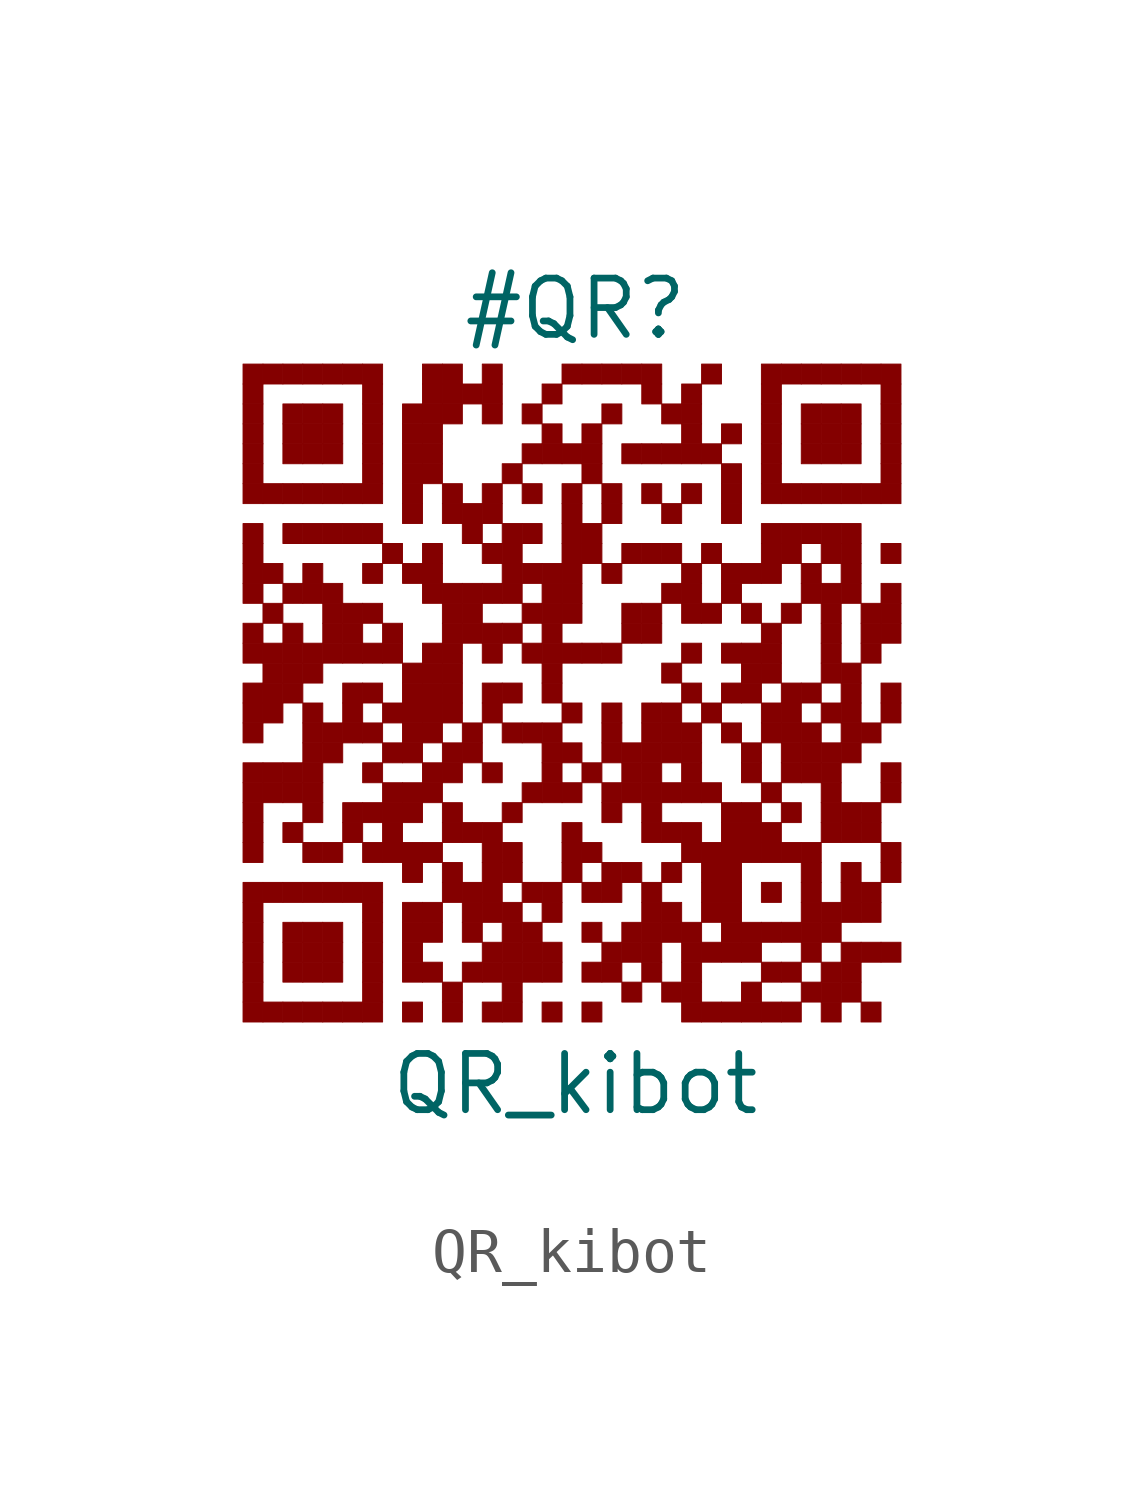
<source format=kicad_sym>
(kicad_symbol_lib
  (version 20211014)
  (generator kibot)
  (symbol "QR_kibot"
    (pin_numbers hide)
    (pin_names hide)
    (property "Reference" "#QR"
      (at 0 8.75 0))
    (property "Value" "QR_kibot"
      (at 0 -8.75 0))
    (rectangle
      (start -7.5 7.5)
      (end -7.05 7.05)
      (stroke (width 0.001) (type default) (color 0 0 0 0))
      (fill (type outline)))
    (rectangle
      (start -7.05 7.5)
      (end -6.6 7.05)
      (stroke (width 0.001) (type default) (color 0 0 0 0))
      (fill (type outline)))
    (rectangle
      (start -6.6 7.5)
      (end -6.15 7.05)
      (stroke (width 0.001) (type default) (color 0 0 0 0))
      (fill (type outline)))
    (rectangle
      (start -6.15 7.5)
      (end -5.7 7.05)
      (stroke (width 0.001) (type default) (color 0 0 0 0))
      (fill (type outline)))
    (rectangle
      (start -5.7 7.5)
      (end -5.25 7.05)
      (stroke (width 0.001) (type default) (color 0 0 0 0))
      (fill (type outline)))
    (rectangle
      (start -5.25 7.5)
      (end -4.8 7.05)
      (stroke (width 0.001) (type default) (color 0 0 0 0))
      (fill (type outline)))
    (rectangle
      (start -4.8 7.5)
      (end -4.35 7.05)
      (stroke (width 0.001) (type default) (color 0 0 0 0))
      (fill (type outline)))
    (rectangle
      (start -3.45 7.5)
      (end -3.0 7.05)
      (stroke (width 0.001) (type default) (color 0 0 0 0))
      (fill (type outline)))
    (rectangle
      (start -3.0 7.5)
      (end -2.55 7.05)
      (stroke (width 0.001) (type default) (color 0 0 0 0))
      (fill (type outline)))
    (rectangle
      (start -2.1 7.5)
      (end -1.65 7.05)
      (stroke (width 0.001) (type default) (color 0 0 0 0))
      (fill (type outline)))
    (rectangle
      (start -0.3 7.5)
      (end 0.15 7.05)
      (stroke (width 0.001) (type default) (color 0 0 0 0))
      (fill (type outline)))
    (rectangle
      (start 0.15 7.5)
      (end 0.6 7.05)
      (stroke (width 0.001) (type default) (color 0 0 0 0))
      (fill (type outline)))
    (rectangle
      (start 0.6 7.5)
      (end 1.05 7.05)
      (stroke (width 0.001) (type default) (color 0 0 0 0))
      (fill (type outline)))
    (rectangle
      (start 1.05 7.5)
      (end 1.5 7.05)
      (stroke (width 0.001) (type default) (color 0 0 0 0))
      (fill (type outline)))
    (rectangle
      (start 1.5 7.5)
      (end 1.95 7.05)
      (stroke (width 0.001) (type default) (color 0 0 0 0))
      (fill (type outline)))
    (rectangle
      (start 2.85 7.5)
      (end 3.3 7.05)
      (stroke (width 0.001) (type default) (color 0 0 0 0))
      (fill (type outline)))
    (rectangle
      (start 4.2 7.5)
      (end 4.65 7.05)
      (stroke (width 0.001) (type default) (color 0 0 0 0))
      (fill (type outline)))
    (rectangle
      (start 4.65 7.5)
      (end 5.1 7.05)
      (stroke (width 0.001) (type default) (color 0 0 0 0))
      (fill (type outline)))
    (rectangle
      (start 5.1 7.5)
      (end 5.55 7.05)
      (stroke (width 0.001) (type default) (color 0 0 0 0))
      (fill (type outline)))
    (rectangle
      (start 5.55 7.5)
      (end 6.0 7.05)
      (stroke (width 0.001) (type default) (color 0 0 0 0))
      (fill (type outline)))
    (rectangle
      (start 6.0 7.5)
      (end 6.45 7.05)
      (stroke (width 0.001) (type default) (color 0 0 0 0))
      (fill (type outline)))
    (rectangle
      (start 6.45 7.5)
      (end 6.9 7.05)
      (stroke (width 0.001) (type default) (color 0 0 0 0))
      (fill (type outline)))
    (rectangle
      (start 6.9 7.5)
      (end 7.35 7.05)
      (stroke (width 0.001) (type default) (color 0 0 0 0))
      (fill (type outline)))
    (rectangle
      (start -7.5 7.05)
      (end -7.05 6.6)
      (stroke (width 0.001) (type default) (color 0 0 0 0))
      (fill (type outline)))
    (rectangle
      (start -4.8 7.05)
      (end -4.35 6.6)
      (stroke (width 0.001) (type default) (color 0 0 0 0))
      (fill (type outline)))
    (rectangle
      (start -3.45 7.05)
      (end -3.0 6.6)
      (stroke (width 0.001) (type default) (color 0 0 0 0))
      (fill (type outline)))
    (rectangle
      (start -3.0 7.05)
      (end -2.55 6.6)
      (stroke (width 0.001) (type default) (color 0 0 0 0))
      (fill (type outline)))
    (rectangle
      (start -2.55 7.05)
      (end -2.1 6.6)
      (stroke (width 0.001) (type default) (color 0 0 0 0))
      (fill (type outline)))
    (rectangle
      (start -2.1 7.05)
      (end -1.65 6.6)
      (stroke (width 0.001) (type default) (color 0 0 0 0))
      (fill (type outline)))
    (rectangle
      (start -0.75 7.05)
      (end -0.3 6.6)
      (stroke (width 0.001) (type default) (color 0 0 0 0))
      (fill (type outline)))
    (rectangle
      (start 1.5 7.05)
      (end 1.95 6.6)
      (stroke (width 0.001) (type default) (color 0 0 0 0))
      (fill (type outline)))
    (rectangle
      (start 2.4 7.05)
      (end 2.85 6.6)
      (stroke (width 0.001) (type default) (color 0 0 0 0))
      (fill (type outline)))
    (rectangle
      (start 4.2 7.05)
      (end 4.65 6.6)
      (stroke (width 0.001) (type default) (color 0 0 0 0))
      (fill (type outline)))
    (rectangle
      (start 6.9 7.05)
      (end 7.35 6.6)
      (stroke (width 0.001) (type default) (color 0 0 0 0))
      (fill (type outline)))
    (rectangle
      (start -7.5 6.6)
      (end -7.05 6.15)
      (stroke (width 0.001) (type default) (color 0 0 0 0))
      (fill (type outline)))
    (rectangle
      (start -6.6 6.6)
      (end -6.15 6.15)
      (stroke (width 0.001) (type default) (color 0 0 0 0))
      (fill (type outline)))
    (rectangle
      (start -6.15 6.6)
      (end -5.7 6.15)
      (stroke (width 0.001) (type default) (color 0 0 0 0))
      (fill (type outline)))
    (rectangle
      (start -5.7 6.6)
      (end -5.25 6.15)
      (stroke (width 0.001) (type default) (color 0 0 0 0))
      (fill (type outline)))
    (rectangle
      (start -4.8 6.6)
      (end -4.35 6.15)
      (stroke (width 0.001) (type default) (color 0 0 0 0))
      (fill (type outline)))
    (rectangle
      (start -3.9 6.6)
      (end -3.45 6.15)
      (stroke (width 0.001) (type default) (color 0 0 0 0))
      (fill (type outline)))
    (rectangle
      (start -3.45 6.6)
      (end -3.0 6.15)
      (stroke (width 0.001) (type default) (color 0 0 0 0))
      (fill (type outline)))
    (rectangle
      (start -3.0 6.6)
      (end -2.55 6.15)
      (stroke (width 0.001) (type default) (color 0 0 0 0))
      (fill (type outline)))
    (rectangle
      (start -2.1 6.6)
      (end -1.65 6.15)
      (stroke (width 0.001) (type default) (color 0 0 0 0))
      (fill (type outline)))
    (rectangle
      (start -1.2 6.6)
      (end -0.75 6.15)
      (stroke (width 0.001) (type default) (color 0 0 0 0))
      (fill (type outline)))
    (rectangle
      (start 0.6 6.6)
      (end 1.05 6.15)
      (stroke (width 0.001) (type default) (color 0 0 0 0))
      (fill (type outline)))
    (rectangle
      (start 1.95 6.6)
      (end 2.4 6.15)
      (stroke (width 0.001) (type default) (color 0 0 0 0))
      (fill (type outline)))
    (rectangle
      (start 2.4 6.6)
      (end 2.85 6.15)
      (stroke (width 0.001) (type default) (color 0 0 0 0))
      (fill (type outline)))
    (rectangle
      (start 4.2 6.6)
      (end 4.65 6.15)
      (stroke (width 0.001) (type default) (color 0 0 0 0))
      (fill (type outline)))
    (rectangle
      (start 5.1 6.6)
      (end 5.55 6.15)
      (stroke (width 0.001) (type default) (color 0 0 0 0))
      (fill (type outline)))
    (rectangle
      (start 5.55 6.6)
      (end 6.0 6.15)
      (stroke (width 0.001) (type default) (color 0 0 0 0))
      (fill (type outline)))
    (rectangle
      (start 6.0 6.6)
      (end 6.45 6.15)
      (stroke (width 0.001) (type default) (color 0 0 0 0))
      (fill (type outline)))
    (rectangle
      (start 6.9 6.6)
      (end 7.35 6.15)
      (stroke (width 0.001) (type default) (color 0 0 0 0))
      (fill (type outline)))
    (rectangle
      (start -7.5 6.15)
      (end -7.05 5.7)
      (stroke (width 0.001) (type default) (color 0 0 0 0))
      (fill (type outline)))
    (rectangle
      (start -6.6 6.15)
      (end -6.15 5.7)
      (stroke (width 0.001) (type default) (color 0 0 0 0))
      (fill (type outline)))
    (rectangle
      (start -6.15 6.15)
      (end -5.7 5.7)
      (stroke (width 0.001) (type default) (color 0 0 0 0))
      (fill (type outline)))
    (rectangle
      (start -5.7 6.15)
      (end -5.25 5.7)
      (stroke (width 0.001) (type default) (color 0 0 0 0))
      (fill (type outline)))
    (rectangle
      (start -4.8 6.15)
      (end -4.35 5.7)
      (stroke (width 0.001) (type default) (color 0 0 0 0))
      (fill (type outline)))
    (rectangle
      (start -3.9 6.15)
      (end -3.45 5.7)
      (stroke (width 0.001) (type default) (color 0 0 0 0))
      (fill (type outline)))
    (rectangle
      (start -3.45 6.15)
      (end -3.0 5.7)
      (stroke (width 0.001) (type default) (color 0 0 0 0))
      (fill (type outline)))
    (rectangle
      (start -0.75 6.15)
      (end -0.3 5.7)
      (stroke (width 0.001) (type default) (color 0 0 0 0))
      (fill (type outline)))
    (rectangle
      (start 0.15 6.15)
      (end 0.6 5.7)
      (stroke (width 0.001) (type default) (color 0 0 0 0))
      (fill (type outline)))
    (rectangle
      (start 2.4 6.15)
      (end 2.85 5.7)
      (stroke (width 0.001) (type default) (color 0 0 0 0))
      (fill (type outline)))
    (rectangle
      (start 3.3 6.15)
      (end 3.75 5.7)
      (stroke (width 0.001) (type default) (color 0 0 0 0))
      (fill (type outline)))
    (rectangle
      (start 4.2 6.15)
      (end 4.65 5.7)
      (stroke (width 0.001) (type default) (color 0 0 0 0))
      (fill (type outline)))
    (rectangle
      (start 5.1 6.15)
      (end 5.55 5.7)
      (stroke (width 0.001) (type default) (color 0 0 0 0))
      (fill (type outline)))
    (rectangle
      (start 5.55 6.15)
      (end 6.0 5.7)
      (stroke (width 0.001) (type default) (color 0 0 0 0))
      (fill (type outline)))
    (rectangle
      (start 6.0 6.15)
      (end 6.45 5.7)
      (stroke (width 0.001) (type default) (color 0 0 0 0))
      (fill (type outline)))
    (rectangle
      (start 6.9 6.15)
      (end 7.35 5.7)
      (stroke (width 0.001) (type default) (color 0 0 0 0))
      (fill (type outline)))
    (rectangle
      (start -7.5 5.7)
      (end -7.05 5.25)
      (stroke (width 0.001) (type default) (color 0 0 0 0))
      (fill (type outline)))
    (rectangle
      (start -6.6 5.7)
      (end -6.15 5.25)
      (stroke (width 0.001) (type default) (color 0 0 0 0))
      (fill (type outline)))
    (rectangle
      (start -6.15 5.7)
      (end -5.7 5.25)
      (stroke (width 0.001) (type default) (color 0 0 0 0))
      (fill (type outline)))
    (rectangle
      (start -5.7 5.7)
      (end -5.25 5.25)
      (stroke (width 0.001) (type default) (color 0 0 0 0))
      (fill (type outline)))
    (rectangle
      (start -4.8 5.7)
      (end -4.35 5.25)
      (stroke (width 0.001) (type default) (color 0 0 0 0))
      (fill (type outline)))
    (rectangle
      (start -3.9 5.7)
      (end -3.45 5.25)
      (stroke (width 0.001) (type default) (color 0 0 0 0))
      (fill (type outline)))
    (rectangle
      (start -3.45 5.7)
      (end -3.0 5.25)
      (stroke (width 0.001) (type default) (color 0 0 0 0))
      (fill (type outline)))
    (rectangle
      (start -1.2 5.7)
      (end -0.75 5.25)
      (stroke (width 0.001) (type default) (color 0 0 0 0))
      (fill (type outline)))
    (rectangle
      (start -0.75 5.7)
      (end -0.3 5.25)
      (stroke (width 0.001) (type default) (color 0 0 0 0))
      (fill (type outline)))
    (rectangle
      (start -0.3 5.7)
      (end 0.15 5.25)
      (stroke (width 0.001) (type default) (color 0 0 0 0))
      (fill (type outline)))
    (rectangle
      (start 0.15 5.7)
      (end 0.6 5.25)
      (stroke (width 0.001) (type default) (color 0 0 0 0))
      (fill (type outline)))
    (rectangle
      (start 1.05 5.7)
      (end 1.5 5.25)
      (stroke (width 0.001) (type default) (color 0 0 0 0))
      (fill (type outline)))
    (rectangle
      (start 1.5 5.7)
      (end 1.95 5.25)
      (stroke (width 0.001) (type default) (color 0 0 0 0))
      (fill (type outline)))
    (rectangle
      (start 1.95 5.7)
      (end 2.4 5.25)
      (stroke (width 0.001) (type default) (color 0 0 0 0))
      (fill (type outline)))
    (rectangle
      (start 2.4 5.7)
      (end 2.85 5.25)
      (stroke (width 0.001) (type default) (color 0 0 0 0))
      (fill (type outline)))
    (rectangle
      (start 2.85 5.7)
      (end 3.3 5.25)
      (stroke (width 0.001) (type default) (color 0 0 0 0))
      (fill (type outline)))
    (rectangle
      (start 4.2 5.7)
      (end 4.65 5.25)
      (stroke (width 0.001) (type default) (color 0 0 0 0))
      (fill (type outline)))
    (rectangle
      (start 5.1 5.7)
      (end 5.55 5.25)
      (stroke (width 0.001) (type default) (color 0 0 0 0))
      (fill (type outline)))
    (rectangle
      (start 5.55 5.7)
      (end 6.0 5.25)
      (stroke (width 0.001) (type default) (color 0 0 0 0))
      (fill (type outline)))
    (rectangle
      (start 6.0 5.7)
      (end 6.45 5.25)
      (stroke (width 0.001) (type default) (color 0 0 0 0))
      (fill (type outline)))
    (rectangle
      (start 6.9 5.7)
      (end 7.35 5.25)
      (stroke (width 0.001) (type default) (color 0 0 0 0))
      (fill (type outline)))
    (rectangle
      (start -7.5 5.25)
      (end -7.05 4.8)
      (stroke (width 0.001) (type default) (color 0 0 0 0))
      (fill (type outline)))
    (rectangle
      (start -4.8 5.25)
      (end -4.35 4.8)
      (stroke (width 0.001) (type default) (color 0 0 0 0))
      (fill (type outline)))
    (rectangle
      (start -3.9 5.25)
      (end -3.45 4.8)
      (stroke (width 0.001) (type default) (color 0 0 0 0))
      (fill (type outline)))
    (rectangle
      (start -3.45 5.25)
      (end -3.0 4.8)
      (stroke (width 0.001) (type default) (color 0 0 0 0))
      (fill (type outline)))
    (rectangle
      (start -1.65 5.25)
      (end -1.2 4.8)
      (stroke (width 0.001) (type default) (color 0 0 0 0))
      (fill (type outline)))
    (rectangle
      (start 0.15 5.25)
      (end 0.6 4.8)
      (stroke (width 0.001) (type default) (color 0 0 0 0))
      (fill (type outline)))
    (rectangle
      (start 3.3 5.25)
      (end 3.75 4.8)
      (stroke (width 0.001) (type default) (color 0 0 0 0))
      (fill (type outline)))
    (rectangle
      (start 4.2 5.25)
      (end 4.65 4.8)
      (stroke (width 0.001) (type default) (color 0 0 0 0))
      (fill (type outline)))
    (rectangle
      (start 6.9 5.25)
      (end 7.35 4.8)
      (stroke (width 0.001) (type default) (color 0 0 0 0))
      (fill (type outline)))
    (rectangle
      (start -7.5 4.8)
      (end -7.05 4.35)
      (stroke (width 0.001) (type default) (color 0 0 0 0))
      (fill (type outline)))
    (rectangle
      (start -7.05 4.8)
      (end -6.6 4.35)
      (stroke (width 0.001) (type default) (color 0 0 0 0))
      (fill (type outline)))
    (rectangle
      (start -6.6 4.8)
      (end -6.15 4.35)
      (stroke (width 0.001) (type default) (color 0 0 0 0))
      (fill (type outline)))
    (rectangle
      (start -6.15 4.8)
      (end -5.7 4.35)
      (stroke (width 0.001) (type default) (color 0 0 0 0))
      (fill (type outline)))
    (rectangle
      (start -5.7 4.8)
      (end -5.25 4.35)
      (stroke (width 0.001) (type default) (color 0 0 0 0))
      (fill (type outline)))
    (rectangle
      (start -5.25 4.8)
      (end -4.8 4.35)
      (stroke (width 0.001) (type default) (color 0 0 0 0))
      (fill (type outline)))
    (rectangle
      (start -4.8 4.8)
      (end -4.35 4.35)
      (stroke (width 0.001) (type default) (color 0 0 0 0))
      (fill (type outline)))
    (rectangle
      (start -3.9 4.8)
      (end -3.45 4.35)
      (stroke (width 0.001) (type default) (color 0 0 0 0))
      (fill (type outline)))
    (rectangle
      (start -3.0 4.8)
      (end -2.55 4.35)
      (stroke (width 0.001) (type default) (color 0 0 0 0))
      (fill (type outline)))
    (rectangle
      (start -2.1 4.8)
      (end -1.65 4.35)
      (stroke (width 0.001) (type default) (color 0 0 0 0))
      (fill (type outline)))
    (rectangle
      (start -1.2 4.8)
      (end -0.75 4.35)
      (stroke (width 0.001) (type default) (color 0 0 0 0))
      (fill (type outline)))
    (rectangle
      (start -0.3 4.8)
      (end 0.15 4.35)
      (stroke (width 0.001) (type default) (color 0 0 0 0))
      (fill (type outline)))
    (rectangle
      (start 0.6 4.8)
      (end 1.05 4.35)
      (stroke (width 0.001) (type default) (color 0 0 0 0))
      (fill (type outline)))
    (rectangle
      (start 1.5 4.8)
      (end 1.95 4.35)
      (stroke (width 0.001) (type default) (color 0 0 0 0))
      (fill (type outline)))
    (rectangle
      (start 2.4 4.8)
      (end 2.85 4.35)
      (stroke (width 0.001) (type default) (color 0 0 0 0))
      (fill (type outline)))
    (rectangle
      (start 3.3 4.8)
      (end 3.75 4.35)
      (stroke (width 0.001) (type default) (color 0 0 0 0))
      (fill (type outline)))
    (rectangle
      (start 4.2 4.8)
      (end 4.65 4.35)
      (stroke (width 0.001) (type default) (color 0 0 0 0))
      (fill (type outline)))
    (rectangle
      (start 4.65 4.8)
      (end 5.1 4.35)
      (stroke (width 0.001) (type default) (color 0 0 0 0))
      (fill (type outline)))
    (rectangle
      (start 5.1 4.8)
      (end 5.55 4.35)
      (stroke (width 0.001) (type default) (color 0 0 0 0))
      (fill (type outline)))
    (rectangle
      (start 5.55 4.8)
      (end 6.0 4.35)
      (stroke (width 0.001) (type default) (color 0 0 0 0))
      (fill (type outline)))
    (rectangle
      (start 6.0 4.8)
      (end 6.45 4.35)
      (stroke (width 0.001) (type default) (color 0 0 0 0))
      (fill (type outline)))
    (rectangle
      (start 6.45 4.8)
      (end 6.9 4.35)
      (stroke (width 0.001) (type default) (color 0 0 0 0))
      (fill (type outline)))
    (rectangle
      (start 6.9 4.8)
      (end 7.35 4.35)
      (stroke (width 0.001) (type default) (color 0 0 0 0))
      (fill (type outline)))
    (rectangle
      (start -3.9 4.35)
      (end -3.45 3.9)
      (stroke (width 0.001) (type default) (color 0 0 0 0))
      (fill (type outline)))
    (rectangle
      (start -3.0 4.35)
      (end -2.55 3.9)
      (stroke (width 0.001) (type default) (color 0 0 0 0))
      (fill (type outline)))
    (rectangle
      (start -2.55 4.35)
      (end -2.1 3.9)
      (stroke (width 0.001) (type default) (color 0 0 0 0))
      (fill (type outline)))
    (rectangle
      (start -2.1 4.35)
      (end -1.65 3.9)
      (stroke (width 0.001) (type default) (color 0 0 0 0))
      (fill (type outline)))
    (rectangle
      (start -0.3 4.35)
      (end 0.15 3.9)
      (stroke (width 0.001) (type default) (color 0 0 0 0))
      (fill (type outline)))
    (rectangle
      (start 0.6 4.35)
      (end 1.05 3.9)
      (stroke (width 0.001) (type default) (color 0 0 0 0))
      (fill (type outline)))
    (rectangle
      (start 1.95 4.35)
      (end 2.4 3.9)
      (stroke (width 0.001) (type default) (color 0 0 0 0))
      (fill (type outline)))
    (rectangle
      (start 3.3 4.35)
      (end 3.75 3.9)
      (stroke (width 0.001) (type default) (color 0 0 0 0))
      (fill (type outline)))
    (rectangle
      (start -7.5 3.9)
      (end -7.05 3.45)
      (stroke (width 0.001) (type default) (color 0 0 0 0))
      (fill (type outline)))
    (rectangle
      (start -6.6 3.9)
      (end -6.15 3.45)
      (stroke (width 0.001) (type default) (color 0 0 0 0))
      (fill (type outline)))
    (rectangle
      (start -6.15 3.9)
      (end -5.7 3.45)
      (stroke (width 0.001) (type default) (color 0 0 0 0))
      (fill (type outline)))
    (rectangle
      (start -5.7 3.9)
      (end -5.25 3.45)
      (stroke (width 0.001) (type default) (color 0 0 0 0))
      (fill (type outline)))
    (rectangle
      (start -5.25 3.9)
      (end -4.8 3.45)
      (stroke (width 0.001) (type default) (color 0 0 0 0))
      (fill (type outline)))
    (rectangle
      (start -4.8 3.9)
      (end -4.35 3.45)
      (stroke (width 0.001) (type default) (color 0 0 0 0))
      (fill (type outline)))
    (rectangle
      (start -2.55 3.9)
      (end -2.1 3.45)
      (stroke (width 0.001) (type default) (color 0 0 0 0))
      (fill (type outline)))
    (rectangle
      (start -1.65 3.9)
      (end -1.2 3.45)
      (stroke (width 0.001) (type default) (color 0 0 0 0))
      (fill (type outline)))
    (rectangle
      (start -1.2 3.9)
      (end -0.75 3.45)
      (stroke (width 0.001) (type default) (color 0 0 0 0))
      (fill (type outline)))
    (rectangle
      (start -0.3 3.9)
      (end 0.15 3.45)
      (stroke (width 0.001) (type default) (color 0 0 0 0))
      (fill (type outline)))
    (rectangle
      (start 0.15 3.9)
      (end 0.6 3.45)
      (stroke (width 0.001) (type default) (color 0 0 0 0))
      (fill (type outline)))
    (rectangle
      (start 4.2 3.9)
      (end 4.65 3.45)
      (stroke (width 0.001) (type default) (color 0 0 0 0))
      (fill (type outline)))
    (rectangle
      (start 4.65 3.9)
      (end 5.1 3.45)
      (stroke (width 0.001) (type default) (color 0 0 0 0))
      (fill (type outline)))
    (rectangle
      (start 5.1 3.9)
      (end 5.55 3.45)
      (stroke (width 0.001) (type default) (color 0 0 0 0))
      (fill (type outline)))
    (rectangle
      (start 5.55 3.9)
      (end 6.0 3.45)
      (stroke (width 0.001) (type default) (color 0 0 0 0))
      (fill (type outline)))
    (rectangle
      (start 6.0 3.9)
      (end 6.45 3.45)
      (stroke (width 0.001) (type default) (color 0 0 0 0))
      (fill (type outline)))
    (rectangle
      (start -7.5 3.45)
      (end -7.05 3.0)
      (stroke (width 0.001) (type default) (color 0 0 0 0))
      (fill (type outline)))
    (rectangle
      (start -4.35 3.45)
      (end -3.9 3.0)
      (stroke (width 0.001) (type default) (color 0 0 0 0))
      (fill (type outline)))
    (rectangle
      (start -3.45 3.45)
      (end -3.0 3.0)
      (stroke (width 0.001) (type default) (color 0 0 0 0))
      (fill (type outline)))
    (rectangle
      (start -2.1 3.45)
      (end -1.65 3.0)
      (stroke (width 0.001) (type default) (color 0 0 0 0))
      (fill (type outline)))
    (rectangle
      (start -1.65 3.45)
      (end -1.2 3.0)
      (stroke (width 0.001) (type default) (color 0 0 0 0))
      (fill (type outline)))
    (rectangle
      (start -0.3 3.45)
      (end 0.15 3.0)
      (stroke (width 0.001) (type default) (color 0 0 0 0))
      (fill (type outline)))
    (rectangle
      (start 0.15 3.45)
      (end 0.6 3.0)
      (stroke (width 0.001) (type default) (color 0 0 0 0))
      (fill (type outline)))
    (rectangle
      (start 1.05 3.45)
      (end 1.5 3.0)
      (stroke (width 0.001) (type default) (color 0 0 0 0))
      (fill (type outline)))
    (rectangle
      (start 1.5 3.45)
      (end 1.95 3.0)
      (stroke (width 0.001) (type default) (color 0 0 0 0))
      (fill (type outline)))
    (rectangle
      (start 1.95 3.45)
      (end 2.4 3.0)
      (stroke (width 0.001) (type default) (color 0 0 0 0))
      (fill (type outline)))
    (rectangle
      (start 2.85 3.45)
      (end 3.3 3.0)
      (stroke (width 0.001) (type default) (color 0 0 0 0))
      (fill (type outline)))
    (rectangle
      (start 4.2 3.45)
      (end 4.65 3.0)
      (stroke (width 0.001) (type default) (color 0 0 0 0))
      (fill (type outline)))
    (rectangle
      (start 4.65 3.45)
      (end 5.1 3.0)
      (stroke (width 0.001) (type default) (color 0 0 0 0))
      (fill (type outline)))
    (rectangle
      (start 5.55 3.45)
      (end 6.0 3.0)
      (stroke (width 0.001) (type default) (color 0 0 0 0))
      (fill (type outline)))
    (rectangle
      (start 6.0 3.45)
      (end 6.45 3.0)
      (stroke (width 0.001) (type default) (color 0 0 0 0))
      (fill (type outline)))
    (rectangle
      (start 6.9 3.45)
      (end 7.35 3.0)
      (stroke (width 0.001) (type default) (color 0 0 0 0))
      (fill (type outline)))
    (rectangle
      (start -7.5 3.0)
      (end -7.05 2.55)
      (stroke (width 0.001) (type default) (color 0 0 0 0))
      (fill (type outline)))
    (rectangle
      (start -7.05 3.0)
      (end -6.6 2.55)
      (stroke (width 0.001) (type default) (color 0 0 0 0))
      (fill (type outline)))
    (rectangle
      (start -6.15 3.0)
      (end -5.7 2.55)
      (stroke (width 0.001) (type default) (color 0 0 0 0))
      (fill (type outline)))
    (rectangle
      (start -4.8 3.0)
      (end -4.35 2.55)
      (stroke (width 0.001) (type default) (color 0 0 0 0))
      (fill (type outline)))
    (rectangle
      (start -3.9 3.0)
      (end -3.45 2.55)
      (stroke (width 0.001) (type default) (color 0 0 0 0))
      (fill (type outline)))
    (rectangle
      (start -3.45 3.0)
      (end -3.0 2.55)
      (stroke (width 0.001) (type default) (color 0 0 0 0))
      (fill (type outline)))
    (rectangle
      (start -1.65 3.0)
      (end -1.2 2.55)
      (stroke (width 0.001) (type default) (color 0 0 0 0))
      (fill (type outline)))
    (rectangle
      (start -1.2 3.0)
      (end -0.75 2.55)
      (stroke (width 0.001) (type default) (color 0 0 0 0))
      (fill (type outline)))
    (rectangle
      (start -0.75 3.0)
      (end -0.3 2.55)
      (stroke (width 0.001) (type default) (color 0 0 0 0))
      (fill (type outline)))
    (rectangle
      (start -0.3 3.0)
      (end 0.15 2.55)
      (stroke (width 0.001) (type default) (color 0 0 0 0))
      (fill (type outline)))
    (rectangle
      (start 0.6 3.0)
      (end 1.05 2.55)
      (stroke (width 0.001) (type default) (color 0 0 0 0))
      (fill (type outline)))
    (rectangle
      (start 2.4 3.0)
      (end 2.85 2.55)
      (stroke (width 0.001) (type default) (color 0 0 0 0))
      (fill (type outline)))
    (rectangle
      (start 3.3 3.0)
      (end 3.75 2.55)
      (stroke (width 0.001) (type default) (color 0 0 0 0))
      (fill (type outline)))
    (rectangle
      (start 3.75 3.0)
      (end 4.2 2.55)
      (stroke (width 0.001) (type default) (color 0 0 0 0))
      (fill (type outline)))
    (rectangle
      (start 4.2 3.0)
      (end 4.65 2.55)
      (stroke (width 0.001) (type default) (color 0 0 0 0))
      (fill (type outline)))
    (rectangle
      (start 5.1 3.0)
      (end 5.55 2.55)
      (stroke (width 0.001) (type default) (color 0 0 0 0))
      (fill (type outline)))
    (rectangle
      (start 6.0 3.0)
      (end 6.45 2.55)
      (stroke (width 0.001) (type default) (color 0 0 0 0))
      (fill (type outline)))
    (rectangle
      (start -7.5 2.55)
      (end -7.05 2.1)
      (stroke (width 0.001) (type default) (color 0 0 0 0))
      (fill (type outline)))
    (rectangle
      (start -6.6 2.55)
      (end -6.15 2.1)
      (stroke (width 0.001) (type default) (color 0 0 0 0))
      (fill (type outline)))
    (rectangle
      (start -6.15 2.55)
      (end -5.7 2.1)
      (stroke (width 0.001) (type default) (color 0 0 0 0))
      (fill (type outline)))
    (rectangle
      (start -5.7 2.55)
      (end -5.25 2.1)
      (stroke (width 0.001) (type default) (color 0 0 0 0))
      (fill (type outline)))
    (rectangle
      (start -3.45 2.55)
      (end -3.0 2.1)
      (stroke (width 0.001) (type default) (color 0 0 0 0))
      (fill (type outline)))
    (rectangle
      (start -3.0 2.55)
      (end -2.55 2.1)
      (stroke (width 0.001) (type default) (color 0 0 0 0))
      (fill (type outline)))
    (rectangle
      (start -2.55 2.55)
      (end -2.1 2.1)
      (stroke (width 0.001) (type default) (color 0 0 0 0))
      (fill (type outline)))
    (rectangle
      (start -2.1 2.55)
      (end -1.65 2.1)
      (stroke (width 0.001) (type default) (color 0 0 0 0))
      (fill (type outline)))
    (rectangle
      (start -1.65 2.55)
      (end -1.2 2.1)
      (stroke (width 0.001) (type default) (color 0 0 0 0))
      (fill (type outline)))
    (rectangle
      (start -0.75 2.55)
      (end -0.3 2.1)
      (stroke (width 0.001) (type default) (color 0 0 0 0))
      (fill (type outline)))
    (rectangle
      (start -0.3 2.55)
      (end 0.15 2.1)
      (stroke (width 0.001) (type default) (color 0 0 0 0))
      (fill (type outline)))
    (rectangle
      (start 1.95 2.55)
      (end 2.4 2.1)
      (stroke (width 0.001) (type default) (color 0 0 0 0))
      (fill (type outline)))
    (rectangle
      (start 2.4 2.55)
      (end 2.85 2.1)
      (stroke (width 0.001) (type default) (color 0 0 0 0))
      (fill (type outline)))
    (rectangle
      (start 3.3 2.55)
      (end 3.75 2.1)
      (stroke (width 0.001) (type default) (color 0 0 0 0))
      (fill (type outline)))
    (rectangle
      (start 5.1 2.55)
      (end 5.55 2.1)
      (stroke (width 0.001) (type default) (color 0 0 0 0))
      (fill (type outline)))
    (rectangle
      (start 5.55 2.55)
      (end 6.0 2.1)
      (stroke (width 0.001) (type default) (color 0 0 0 0))
      (fill (type outline)))
    (rectangle
      (start 6.0 2.55)
      (end 6.45 2.1)
      (stroke (width 0.001) (type default) (color 0 0 0 0))
      (fill (type outline)))
    (rectangle
      (start 6.9 2.55)
      (end 7.35 2.1)
      (stroke (width 0.001) (type default) (color 0 0 0 0))
      (fill (type outline)))
    (rectangle
      (start -7.05 2.1)
      (end -6.6 1.65)
      (stroke (width 0.001) (type default) (color 0 0 0 0))
      (fill (type outline)))
    (rectangle
      (start -5.7 2.1)
      (end -5.25 1.65)
      (stroke (width 0.001) (type default) (color 0 0 0 0))
      (fill (type outline)))
    (rectangle
      (start -5.25 2.1)
      (end -4.8 1.65)
      (stroke (width 0.001) (type default) (color 0 0 0 0))
      (fill (type outline)))
    (rectangle
      (start -4.8 2.1)
      (end -4.35 1.65)
      (stroke (width 0.001) (type default) (color 0 0 0 0))
      (fill (type outline)))
    (rectangle
      (start -3.0 2.1)
      (end -2.55 1.65)
      (stroke (width 0.001) (type default) (color 0 0 0 0))
      (fill (type outline)))
    (rectangle
      (start -2.55 2.1)
      (end -2.1 1.65)
      (stroke (width 0.001) (type default) (color 0 0 0 0))
      (fill (type outline)))
    (rectangle
      (start -1.2 2.1)
      (end -0.75 1.65)
      (stroke (width 0.001) (type default) (color 0 0 0 0))
      (fill (type outline)))
    (rectangle
      (start -0.75 2.1)
      (end -0.3 1.65)
      (stroke (width 0.001) (type default) (color 0 0 0 0))
      (fill (type outline)))
    (rectangle
      (start -0.3 2.1)
      (end 0.15 1.65)
      (stroke (width 0.001) (type default) (color 0 0 0 0))
      (fill (type outline)))
    (rectangle
      (start 1.05 2.1)
      (end 1.5 1.65)
      (stroke (width 0.001) (type default) (color 0 0 0 0))
      (fill (type outline)))
    (rectangle
      (start 1.5 2.1)
      (end 1.95 1.65)
      (stroke (width 0.001) (type default) (color 0 0 0 0))
      (fill (type outline)))
    (rectangle
      (start 2.4 2.1)
      (end 2.85 1.65)
      (stroke (width 0.001) (type default) (color 0 0 0 0))
      (fill (type outline)))
    (rectangle
      (start 2.85 2.1)
      (end 3.3 1.65)
      (stroke (width 0.001) (type default) (color 0 0 0 0))
      (fill (type outline)))
    (rectangle
      (start 3.75 2.1)
      (end 4.2 1.65)
      (stroke (width 0.001) (type default) (color 0 0 0 0))
      (fill (type outline)))
    (rectangle
      (start 4.65 2.1)
      (end 5.1 1.65)
      (stroke (width 0.001) (type default) (color 0 0 0 0))
      (fill (type outline)))
    (rectangle
      (start 5.55 2.1)
      (end 6.0 1.65)
      (stroke (width 0.001) (type default) (color 0 0 0 0))
      (fill (type outline)))
    (rectangle
      (start 6.45 2.1)
      (end 6.9 1.65)
      (stroke (width 0.001) (type default) (color 0 0 0 0))
      (fill (type outline)))
    (rectangle
      (start 6.9 2.1)
      (end 7.35 1.65)
      (stroke (width 0.001) (type default) (color 0 0 0 0))
      (fill (type outline)))
    (rectangle
      (start -7.5 1.65)
      (end -7.05 1.2)
      (stroke (width 0.001) (type default) (color 0 0 0 0))
      (fill (type outline)))
    (rectangle
      (start -6.6 1.65)
      (end -6.15 1.2)
      (stroke (width 0.001) (type default) (color 0 0 0 0))
      (fill (type outline)))
    (rectangle
      (start -5.7 1.65)
      (end -5.25 1.2)
      (stroke (width 0.001) (type default) (color 0 0 0 0))
      (fill (type outline)))
    (rectangle
      (start -5.25 1.65)
      (end -4.8 1.2)
      (stroke (width 0.001) (type default) (color 0 0 0 0))
      (fill (type outline)))
    (rectangle
      (start -4.35 1.65)
      (end -3.9 1.2)
      (stroke (width 0.001) (type default) (color 0 0 0 0))
      (fill (type outline)))
    (rectangle
      (start -3.0 1.65)
      (end -2.55 1.2)
      (stroke (width 0.001) (type default) (color 0 0 0 0))
      (fill (type outline)))
    (rectangle
      (start -2.55 1.65)
      (end -2.1 1.2)
      (stroke (width 0.001) (type default) (color 0 0 0 0))
      (fill (type outline)))
    (rectangle
      (start -2.1 1.65)
      (end -1.65 1.2)
      (stroke (width 0.001) (type default) (color 0 0 0 0))
      (fill (type outline)))
    (rectangle
      (start -1.65 1.65)
      (end -1.2 1.2)
      (stroke (width 0.001) (type default) (color 0 0 0 0))
      (fill (type outline)))
    (rectangle
      (start -0.75 1.65)
      (end -0.3 1.2)
      (stroke (width 0.001) (type default) (color 0 0 0 0))
      (fill (type outline)))
    (rectangle
      (start 1.05 1.65)
      (end 1.5 1.2)
      (stroke (width 0.001) (type default) (color 0 0 0 0))
      (fill (type outline)))
    (rectangle
      (start 1.5 1.65)
      (end 1.95 1.2)
      (stroke (width 0.001) (type default) (color 0 0 0 0))
      (fill (type outline)))
    (rectangle
      (start 4.2 1.65)
      (end 4.65 1.2)
      (stroke (width 0.001) (type default) (color 0 0 0 0))
      (fill (type outline)))
    (rectangle
      (start 5.55 1.65)
      (end 6.0 1.2)
      (stroke (width 0.001) (type default) (color 0 0 0 0))
      (fill (type outline)))
    (rectangle
      (start 6.45 1.65)
      (end 6.9 1.2)
      (stroke (width 0.001) (type default) (color 0 0 0 0))
      (fill (type outline)))
    (rectangle
      (start 6.9 1.65)
      (end 7.35 1.2)
      (stroke (width 0.001) (type default) (color 0 0 0 0))
      (fill (type outline)))
    (rectangle
      (start -7.5 1.2)
      (end -7.05 0.75)
      (stroke (width 0.001) (type default) (color 0 0 0 0))
      (fill (type outline)))
    (rectangle
      (start -7.05 1.2)
      (end -6.6 0.75)
      (stroke (width 0.001) (type default) (color 0 0 0 0))
      (fill (type outline)))
    (rectangle
      (start -6.6 1.2)
      (end -6.15 0.75)
      (stroke (width 0.001) (type default) (color 0 0 0 0))
      (fill (type outline)))
    (rectangle
      (start -6.15 1.2)
      (end -5.7 0.75)
      (stroke (width 0.001) (type default) (color 0 0 0 0))
      (fill (type outline)))
    (rectangle
      (start -5.7 1.2)
      (end -5.25 0.75)
      (stroke (width 0.001) (type default) (color 0 0 0 0))
      (fill (type outline)))
    (rectangle
      (start -5.25 1.2)
      (end -4.8 0.75)
      (stroke (width 0.001) (type default) (color 0 0 0 0))
      (fill (type outline)))
    (rectangle
      (start -4.8 1.2)
      (end -4.35 0.75)
      (stroke (width 0.001) (type default) (color 0 0 0 0))
      (fill (type outline)))
    (rectangle
      (start -4.35 1.2)
      (end -3.9 0.75)
      (stroke (width 0.001) (type default) (color 0 0 0 0))
      (fill (type outline)))
    (rectangle
      (start -3.45 1.2)
      (end -3.0 0.75)
      (stroke (width 0.001) (type default) (color 0 0 0 0))
      (fill (type outline)))
    (rectangle
      (start -3.0 1.2)
      (end -2.55 0.75)
      (stroke (width 0.001) (type default) (color 0 0 0 0))
      (fill (type outline)))
    (rectangle
      (start -2.1 1.2)
      (end -1.65 0.75)
      (stroke (width 0.001) (type default) (color 0 0 0 0))
      (fill (type outline)))
    (rectangle
      (start -1.2 1.2)
      (end -0.75 0.75)
      (stroke (width 0.001) (type default) (color 0 0 0 0))
      (fill (type outline)))
    (rectangle
      (start -0.75 1.2)
      (end -0.3 0.75)
      (stroke (width 0.001) (type default) (color 0 0 0 0))
      (fill (type outline)))
    (rectangle
      (start -0.3 1.2)
      (end 0.15 0.75)
      (stroke (width 0.001) (type default) (color 0 0 0 0))
      (fill (type outline)))
    (rectangle
      (start 0.15 1.2)
      (end 0.6 0.75)
      (stroke (width 0.001) (type default) (color 0 0 0 0))
      (fill (type outline)))
    (rectangle
      (start 0.6 1.2)
      (end 1.05 0.75)
      (stroke (width 0.001) (type default) (color 0 0 0 0))
      (fill (type outline)))
    (rectangle
      (start 2.4 1.2)
      (end 2.85 0.75)
      (stroke (width 0.001) (type default) (color 0 0 0 0))
      (fill (type outline)))
    (rectangle
      (start 3.3 1.2)
      (end 3.75 0.75)
      (stroke (width 0.001) (type default) (color 0 0 0 0))
      (fill (type outline)))
    (rectangle
      (start 3.75 1.2)
      (end 4.2 0.75)
      (stroke (width 0.001) (type default) (color 0 0 0 0))
      (fill (type outline)))
    (rectangle
      (start 4.2 1.2)
      (end 4.65 0.75)
      (stroke (width 0.001) (type default) (color 0 0 0 0))
      (fill (type outline)))
    (rectangle
      (start 5.55 1.2)
      (end 6.0 0.75)
      (stroke (width 0.001) (type default) (color 0 0 0 0))
      (fill (type outline)))
    (rectangle
      (start 6.45 1.2)
      (end 6.9 0.75)
      (stroke (width 0.001) (type default) (color 0 0 0 0))
      (fill (type outline)))
    (rectangle
      (start -7.05 0.75)
      (end -6.6 0.3)
      (stroke (width 0.001) (type default) (color 0 0 0 0))
      (fill (type outline)))
    (rectangle
      (start -6.6 0.75)
      (end -6.15 0.3)
      (stroke (width 0.001) (type default) (color 0 0 0 0))
      (fill (type outline)))
    (rectangle
      (start -6.15 0.75)
      (end -5.7 0.3)
      (stroke (width 0.001) (type default) (color 0 0 0 0))
      (fill (type outline)))
    (rectangle
      (start -3.9 0.75)
      (end -3.45 0.3)
      (stroke (width 0.001) (type default) (color 0 0 0 0))
      (fill (type outline)))
    (rectangle
      (start -3.45 0.75)
      (end -3.0 0.3)
      (stroke (width 0.001) (type default) (color 0 0 0 0))
      (fill (type outline)))
    (rectangle
      (start -3.0 0.75)
      (end -2.55 0.3)
      (stroke (width 0.001) (type default) (color 0 0 0 0))
      (fill (type outline)))
    (rectangle
      (start -0.75 0.75)
      (end -0.3 0.3)
      (stroke (width 0.001) (type default) (color 0 0 0 0))
      (fill (type outline)))
    (rectangle
      (start 1.95 0.75)
      (end 2.4 0.3)
      (stroke (width 0.001) (type default) (color 0 0 0 0))
      (fill (type outline)))
    (rectangle
      (start 3.75 0.75)
      (end 4.2 0.3)
      (stroke (width 0.001) (type default) (color 0 0 0 0))
      (fill (type outline)))
    (rectangle
      (start 4.2 0.75)
      (end 4.65 0.3)
      (stroke (width 0.001) (type default) (color 0 0 0 0))
      (fill (type outline)))
    (rectangle
      (start 5.55 0.75)
      (end 6.0 0.3)
      (stroke (width 0.001) (type default) (color 0 0 0 0))
      (fill (type outline)))
    (rectangle
      (start 6.0 0.75)
      (end 6.45 0.3)
      (stroke (width 0.001) (type default) (color 0 0 0 0))
      (fill (type outline)))
    (rectangle
      (start -7.5 0.3)
      (end -7.05 -0.15)
      (stroke (width 0.001) (type default) (color 0 0 0 0))
      (fill (type outline)))
    (rectangle
      (start -7.05 0.3)
      (end -6.6 -0.15)
      (stroke (width 0.001) (type default) (color 0 0 0 0))
      (fill (type outline)))
    (rectangle
      (start -6.6 0.3)
      (end -6.15 -0.15)
      (stroke (width 0.001) (type default) (color 0 0 0 0))
      (fill (type outline)))
    (rectangle
      (start -5.25 0.3)
      (end -4.8 -0.15)
      (stroke (width 0.001) (type default) (color 0 0 0 0))
      (fill (type outline)))
    (rectangle
      (start -4.8 0.3)
      (end -4.35 -0.15)
      (stroke (width 0.001) (type default) (color 0 0 0 0))
      (fill (type outline)))
    (rectangle
      (start -3.9 0.3)
      (end -3.45 -0.15)
      (stroke (width 0.001) (type default) (color 0 0 0 0))
      (fill (type outline)))
    (rectangle
      (start -3.45 0.3)
      (end -3.0 -0.15)
      (stroke (width 0.001) (type default) (color 0 0 0 0))
      (fill (type outline)))
    (rectangle
      (start -3.0 0.3)
      (end -2.55 -0.15)
      (stroke (width 0.001) (type default) (color 0 0 0 0))
      (fill (type outline)))
    (rectangle
      (start -2.1 0.3)
      (end -1.65 -0.15)
      (stroke (width 0.001) (type default) (color 0 0 0 0))
      (fill (type outline)))
    (rectangle
      (start -1.65 0.3)
      (end -1.2 -0.15)
      (stroke (width 0.001) (type default) (color 0 0 0 0))
      (fill (type outline)))
    (rectangle
      (start -0.75 0.3)
      (end -0.3 -0.15)
      (stroke (width 0.001) (type default) (color 0 0 0 0))
      (fill (type outline)))
    (rectangle
      (start 2.4 0.3)
      (end 2.85 -0.15)
      (stroke (width 0.001) (type default) (color 0 0 0 0))
      (fill (type outline)))
    (rectangle
      (start 3.3 0.3)
      (end 3.75 -0.15)
      (stroke (width 0.001) (type default) (color 0 0 0 0))
      (fill (type outline)))
    (rectangle
      (start 3.75 0.3)
      (end 4.2 -0.15)
      (stroke (width 0.001) (type default) (color 0 0 0 0))
      (fill (type outline)))
    (rectangle
      (start 4.65 0.3)
      (end 5.1 -0.15)
      (stroke (width 0.001) (type default) (color 0 0 0 0))
      (fill (type outline)))
    (rectangle
      (start 5.1 0.3)
      (end 5.55 -0.15)
      (stroke (width 0.001) (type default) (color 0 0 0 0))
      (fill (type outline)))
    (rectangle
      (start 6.0 0.3)
      (end 6.45 -0.15)
      (stroke (width 0.001) (type default) (color 0 0 0 0))
      (fill (type outline)))
    (rectangle
      (start 6.9 0.3)
      (end 7.35 -0.15)
      (stroke (width 0.001) (type default) (color 0 0 0 0))
      (fill (type outline)))
    (rectangle
      (start -7.5 -0.15)
      (end -7.05 -0.6)
      (stroke (width 0.001) (type default) (color 0 0 0 0))
      (fill (type outline)))
    (rectangle
      (start -7.05 -0.15)
      (end -6.6 -0.6)
      (stroke (width 0.001) (type default) (color 0 0 0 0))
      (fill (type outline)))
    (rectangle
      (start -6.15 -0.15)
      (end -5.7 -0.6)
      (stroke (width 0.001) (type default) (color 0 0 0 0))
      (fill (type outline)))
    (rectangle
      (start -5.25 -0.15)
      (end -4.8 -0.6)
      (stroke (width 0.001) (type default) (color 0 0 0 0))
      (fill (type outline)))
    (rectangle
      (start -4.35 -0.15)
      (end -3.9 -0.6)
      (stroke (width 0.001) (type default) (color 0 0 0 0))
      (fill (type outline)))
    (rectangle
      (start -3.9 -0.15)
      (end -3.45 -0.6)
      (stroke (width 0.001) (type default) (color 0 0 0 0))
      (fill (type outline)))
    (rectangle
      (start -3.45 -0.15)
      (end -3.0 -0.6)
      (stroke (width 0.001) (type default) (color 0 0 0 0))
      (fill (type outline)))
    (rectangle
      (start -3.0 -0.15)
      (end -2.55 -0.6)
      (stroke (width 0.001) (type default) (color 0 0 0 0))
      (fill (type outline)))
    (rectangle
      (start -2.1 -0.15)
      (end -1.65 -0.6)
      (stroke (width 0.001) (type default) (color 0 0 0 0))
      (fill (type outline)))
    (rectangle
      (start -0.3 -0.15)
      (end 0.15 -0.6)
      (stroke (width 0.001) (type default) (color 0 0 0 0))
      (fill (type outline)))
    (rectangle
      (start 0.6 -0.15)
      (end 1.05 -0.6)
      (stroke (width 0.001) (type default) (color 0 0 0 0))
      (fill (type outline)))
    (rectangle
      (start 1.5 -0.15)
      (end 1.95 -0.6)
      (stroke (width 0.001) (type default) (color 0 0 0 0))
      (fill (type outline)))
    (rectangle
      (start 1.95 -0.15)
      (end 2.4 -0.6)
      (stroke (width 0.001) (type default) (color 0 0 0 0))
      (fill (type outline)))
    (rectangle
      (start 2.85 -0.15)
      (end 3.3 -0.6)
      (stroke (width 0.001) (type default) (color 0 0 0 0))
      (fill (type outline)))
    (rectangle
      (start 4.2 -0.15)
      (end 4.65 -0.6)
      (stroke (width 0.001) (type default) (color 0 0 0 0))
      (fill (type outline)))
    (rectangle
      (start 4.65 -0.15)
      (end 5.1 -0.6)
      (stroke (width 0.001) (type default) (color 0 0 0 0))
      (fill (type outline)))
    (rectangle
      (start 5.55 -0.15)
      (end 6.0 -0.6)
      (stroke (width 0.001) (type default) (color 0 0 0 0))
      (fill (type outline)))
    (rectangle
      (start 6.0 -0.15)
      (end 6.45 -0.6)
      (stroke (width 0.001) (type default) (color 0 0 0 0))
      (fill (type outline)))
    (rectangle
      (start 6.9 -0.15)
      (end 7.35 -0.6)
      (stroke (width 0.001) (type default) (color 0 0 0 0))
      (fill (type outline)))
    (rectangle
      (start -7.5 -0.6)
      (end -7.05 -1.05)
      (stroke (width 0.001) (type default) (color 0 0 0 0))
      (fill (type outline)))
    (rectangle
      (start -6.15 -0.6)
      (end -5.7 -1.05)
      (stroke (width 0.001) (type default) (color 0 0 0 0))
      (fill (type outline)))
    (rectangle
      (start -5.7 -0.6)
      (end -5.25 -1.05)
      (stroke (width 0.001) (type default) (color 0 0 0 0))
      (fill (type outline)))
    (rectangle
      (start -5.25 -0.6)
      (end -4.8 -1.05)
      (stroke (width 0.001) (type default) (color 0 0 0 0))
      (fill (type outline)))
    (rectangle
      (start -4.8 -0.6)
      (end -4.35 -1.05)
      (stroke (width 0.001) (type default) (color 0 0 0 0))
      (fill (type outline)))
    (rectangle
      (start -3.9 -0.6)
      (end -3.45 -1.05)
      (stroke (width 0.001) (type default) (color 0 0 0 0))
      (fill (type outline)))
    (rectangle
      (start -3.45 -0.6)
      (end -3.0 -1.05)
      (stroke (width 0.001) (type default) (color 0 0 0 0))
      (fill (type outline)))
    (rectangle
      (start -2.55 -0.6)
      (end -2.1 -1.05)
      (stroke (width 0.001) (type default) (color 0 0 0 0))
      (fill (type outline)))
    (rectangle
      (start -1.65 -0.6)
      (end -1.2 -1.05)
      (stroke (width 0.001) (type default) (color 0 0 0 0))
      (fill (type outline)))
    (rectangle
      (start -1.2 -0.6)
      (end -0.75 -1.05)
      (stroke (width 0.001) (type default) (color 0 0 0 0))
      (fill (type outline)))
    (rectangle
      (start -0.75 -0.6)
      (end -0.3 -1.05)
      (stroke (width 0.001) (type default) (color 0 0 0 0))
      (fill (type outline)))
    (rectangle
      (start 0.6 -0.6)
      (end 1.05 -1.05)
      (stroke (width 0.001) (type default) (color 0 0 0 0))
      (fill (type outline)))
    (rectangle
      (start 1.5 -0.6)
      (end 1.95 -1.05)
      (stroke (width 0.001) (type default) (color 0 0 0 0))
      (fill (type outline)))
    (rectangle
      (start 1.95 -0.6)
      (end 2.4 -1.05)
      (stroke (width 0.001) (type default) (color 0 0 0 0))
      (fill (type outline)))
    (rectangle
      (start 2.4 -0.6)
      (end 2.85 -1.05)
      (stroke (width 0.001) (type default) (color 0 0 0 0))
      (fill (type outline)))
    (rectangle
      (start 3.3 -0.6)
      (end 3.75 -1.05)
      (stroke (width 0.001) (type default) (color 0 0 0 0))
      (fill (type outline)))
    (rectangle
      (start 4.2 -0.6)
      (end 4.65 -1.05)
      (stroke (width 0.001) (type default) (color 0 0 0 0))
      (fill (type outline)))
    (rectangle
      (start 4.65 -0.6)
      (end 5.1 -1.05)
      (stroke (width 0.001) (type default) (color 0 0 0 0))
      (fill (type outline)))
    (rectangle
      (start 5.1 -0.6)
      (end 5.55 -1.05)
      (stroke (width 0.001) (type default) (color 0 0 0 0))
      (fill (type outline)))
    (rectangle
      (start 6.0 -0.6)
      (end 6.45 -1.05)
      (stroke (width 0.001) (type default) (color 0 0 0 0))
      (fill (type outline)))
    (rectangle
      (start 6.45 -0.6)
      (end 6.9 -1.05)
      (stroke (width 0.001) (type default) (color 0 0 0 0))
      (fill (type outline)))
    (rectangle
      (start -6.15 -1.05)
      (end -5.7 -1.5)
      (stroke (width 0.001) (type default) (color 0 0 0 0))
      (fill (type outline)))
    (rectangle
      (start -5.7 -1.05)
      (end -5.25 -1.5)
      (stroke (width 0.001) (type default) (color 0 0 0 0))
      (fill (type outline)))
    (rectangle
      (start -4.35 -1.05)
      (end -3.9 -1.5)
      (stroke (width 0.001) (type default) (color 0 0 0 0))
      (fill (type outline)))
    (rectangle
      (start -3.9 -1.05)
      (end -3.45 -1.5)
      (stroke (width 0.001) (type default) (color 0 0 0 0))
      (fill (type outline)))
    (rectangle
      (start -3.0 -1.05)
      (end -2.55 -1.5)
      (stroke (width 0.001) (type default) (color 0 0 0 0))
      (fill (type outline)))
    (rectangle
      (start -2.55 -1.05)
      (end -2.1 -1.5)
      (stroke (width 0.001) (type default) (color 0 0 0 0))
      (fill (type outline)))
    (rectangle
      (start -0.75 -1.05)
      (end -0.3 -1.5)
      (stroke (width 0.001) (type default) (color 0 0 0 0))
      (fill (type outline)))
    (rectangle
      (start -0.3 -1.05)
      (end 0.15 -1.5)
      (stroke (width 0.001) (type default) (color 0 0 0 0))
      (fill (type outline)))
    (rectangle
      (start 0.6 -1.05)
      (end 1.05 -1.5)
      (stroke (width 0.001) (type default) (color 0 0 0 0))
      (fill (type outline)))
    (rectangle
      (start 1.05 -1.05)
      (end 1.5 -1.5)
      (stroke (width 0.001) (type default) (color 0 0 0 0))
      (fill (type outline)))
    (rectangle
      (start 1.5 -1.05)
      (end 1.95 -1.5)
      (stroke (width 0.001) (type default) (color 0 0 0 0))
      (fill (type outline)))
    (rectangle
      (start 1.95 -1.05)
      (end 2.4 -1.5)
      (stroke (width 0.001) (type default) (color 0 0 0 0))
      (fill (type outline)))
    (rectangle
      (start 2.4 -1.05)
      (end 2.85 -1.5)
      (stroke (width 0.001) (type default) (color 0 0 0 0))
      (fill (type outline)))
    (rectangle
      (start 3.75 -1.05)
      (end 4.2 -1.5)
      (stroke (width 0.001) (type default) (color 0 0 0 0))
      (fill (type outline)))
    (rectangle
      (start 4.65 -1.05)
      (end 5.1 -1.5)
      (stroke (width 0.001) (type default) (color 0 0 0 0))
      (fill (type outline)))
    (rectangle
      (start 5.1 -1.05)
      (end 5.55 -1.5)
      (stroke (width 0.001) (type default) (color 0 0 0 0))
      (fill (type outline)))
    (rectangle
      (start 5.55 -1.05)
      (end 6.0 -1.5)
      (stroke (width 0.001) (type default) (color 0 0 0 0))
      (fill (type outline)))
    (rectangle
      (start 6.0 -1.05)
      (end 6.45 -1.5)
      (stroke (width 0.001) (type default) (color 0 0 0 0))
      (fill (type outline)))
    (rectangle
      (start -7.5 -1.5)
      (end -7.05 -1.95)
      (stroke (width 0.001) (type default) (color 0 0 0 0))
      (fill (type outline)))
    (rectangle
      (start -7.05 -1.5)
      (end -6.6 -1.95)
      (stroke (width 0.001) (type default) (color 0 0 0 0))
      (fill (type outline)))
    (rectangle
      (start -6.6 -1.5)
      (end -6.15 -1.95)
      (stroke (width 0.001) (type default) (color 0 0 0 0))
      (fill (type outline)))
    (rectangle
      (start -6.15 -1.5)
      (end -5.7 -1.95)
      (stroke (width 0.001) (type default) (color 0 0 0 0))
      (fill (type outline)))
    (rectangle
      (start -4.8 -1.5)
      (end -4.35 -1.95)
      (stroke (width 0.001) (type default) (color 0 0 0 0))
      (fill (type outline)))
    (rectangle
      (start -3.45 -1.5)
      (end -3.0 -1.95)
      (stroke (width 0.001) (type default) (color 0 0 0 0))
      (fill (type outline)))
    (rectangle
      (start -3.0 -1.5)
      (end -2.55 -1.95)
      (stroke (width 0.001) (type default) (color 0 0 0 0))
      (fill (type outline)))
    (rectangle
      (start -2.1 -1.5)
      (end -1.65 -1.95)
      (stroke (width 0.001) (type default) (color 0 0 0 0))
      (fill (type outline)))
    (rectangle
      (start -0.75 -1.5)
      (end -0.3 -1.95)
      (stroke (width 0.001) (type default) (color 0 0 0 0))
      (fill (type outline)))
    (rectangle
      (start 0.15 -1.5)
      (end 0.6 -1.95)
      (stroke (width 0.001) (type default) (color 0 0 0 0))
      (fill (type outline)))
    (rectangle
      (start 1.05 -1.5)
      (end 1.5 -1.95)
      (stroke (width 0.001) (type default) (color 0 0 0 0))
      (fill (type outline)))
    (rectangle
      (start 1.5 -1.5)
      (end 1.95 -1.95)
      (stroke (width 0.001) (type default) (color 0 0 0 0))
      (fill (type outline)))
    (rectangle
      (start 2.4 -1.5)
      (end 2.85 -1.95)
      (stroke (width 0.001) (type default) (color 0 0 0 0))
      (fill (type outline)))
    (rectangle
      (start 3.75 -1.5)
      (end 4.2 -1.95)
      (stroke (width 0.001) (type default) (color 0 0 0 0))
      (fill (type outline)))
    (rectangle
      (start 4.65 -1.5)
      (end 5.1 -1.95)
      (stroke (width 0.001) (type default) (color 0 0 0 0))
      (fill (type outline)))
    (rectangle
      (start 5.1 -1.5)
      (end 5.55 -1.95)
      (stroke (width 0.001) (type default) (color 0 0 0 0))
      (fill (type outline)))
    (rectangle
      (start 5.55 -1.5)
      (end 6.0 -1.95)
      (stroke (width 0.001) (type default) (color 0 0 0 0))
      (fill (type outline)))
    (rectangle
      (start 6.9 -1.5)
      (end 7.35 -1.95)
      (stroke (width 0.001) (type default) (color 0 0 0 0))
      (fill (type outline)))
    (rectangle
      (start -7.5 -1.95)
      (end -7.05 -2.4)
      (stroke (width 0.001) (type default) (color 0 0 0 0))
      (fill (type outline)))
    (rectangle
      (start -7.05 -1.95)
      (end -6.6 -2.4)
      (stroke (width 0.001) (type default) (color 0 0 0 0))
      (fill (type outline)))
    (rectangle
      (start -6.6 -1.95)
      (end -6.15 -2.4)
      (stroke (width 0.001) (type default) (color 0 0 0 0))
      (fill (type outline)))
    (rectangle
      (start -6.15 -1.95)
      (end -5.7 -2.4)
      (stroke (width 0.001) (type default) (color 0 0 0 0))
      (fill (type outline)))
    (rectangle
      (start -4.35 -1.95)
      (end -3.9 -2.4)
      (stroke (width 0.001) (type default) (color 0 0 0 0))
      (fill (type outline)))
    (rectangle
      (start -3.9 -1.95)
      (end -3.45 -2.4)
      (stroke (width 0.001) (type default) (color 0 0 0 0))
      (fill (type outline)))
    (rectangle
      (start -3.45 -1.95)
      (end -3.0 -2.4)
      (stroke (width 0.001) (type default) (color 0 0 0 0))
      (fill (type outline)))
    (rectangle
      (start -1.2 -1.95)
      (end -0.75 -2.4)
      (stroke (width 0.001) (type default) (color 0 0 0 0))
      (fill (type outline)))
    (rectangle
      (start -0.75 -1.95)
      (end -0.3 -2.4)
      (stroke (width 0.001) (type default) (color 0 0 0 0))
      (fill (type outline)))
    (rectangle
      (start -0.3 -1.95)
      (end 0.15 -2.4)
      (stroke (width 0.001) (type default) (color 0 0 0 0))
      (fill (type outline)))
    (rectangle
      (start 0.6 -1.95)
      (end 1.05 -2.4)
      (stroke (width 0.001) (type default) (color 0 0 0 0))
      (fill (type outline)))
    (rectangle
      (start 1.05 -1.95)
      (end 1.5 -2.4)
      (stroke (width 0.001) (type default) (color 0 0 0 0))
      (fill (type outline)))
    (rectangle
      (start 1.5 -1.95)
      (end 1.95 -2.4)
      (stroke (width 0.001) (type default) (color 0 0 0 0))
      (fill (type outline)))
    (rectangle
      (start 1.95 -1.95)
      (end 2.4 -2.4)
      (stroke (width 0.001) (type default) (color 0 0 0 0))
      (fill (type outline)))
    (rectangle
      (start 2.4 -1.95)
      (end 2.85 -2.4)
      (stroke (width 0.001) (type default) (color 0 0 0 0))
      (fill (type outline)))
    (rectangle
      (start 2.85 -1.95)
      (end 3.3 -2.4)
      (stroke (width 0.001) (type default) (color 0 0 0 0))
      (fill (type outline)))
    (rectangle
      (start 4.2 -1.95)
      (end 4.65 -2.4)
      (stroke (width 0.001) (type default) (color 0 0 0 0))
      (fill (type outline)))
    (rectangle
      (start 5.55 -1.95)
      (end 6.0 -2.4)
      (stroke (width 0.001) (type default) (color 0 0 0 0))
      (fill (type outline)))
    (rectangle
      (start 6.9 -1.95)
      (end 7.35 -2.4)
      (stroke (width 0.001) (type default) (color 0 0 0 0))
      (fill (type outline)))
    (rectangle
      (start -7.5 -2.4)
      (end -7.05 -2.85)
      (stroke (width 0.001) (type default) (color 0 0 0 0))
      (fill (type outline)))
    (rectangle
      (start -6.15 -2.4)
      (end -5.7 -2.85)
      (stroke (width 0.001) (type default) (color 0 0 0 0))
      (fill (type outline)))
    (rectangle
      (start -5.25 -2.4)
      (end -4.8 -2.85)
      (stroke (width 0.001) (type default) (color 0 0 0 0))
      (fill (type outline)))
    (rectangle
      (start -4.8 -2.4)
      (end -4.35 -2.85)
      (stroke (width 0.001) (type default) (color 0 0 0 0))
      (fill (type outline)))
    (rectangle
      (start -4.35 -2.4)
      (end -3.9 -2.85)
      (stroke (width 0.001) (type default) (color 0 0 0 0))
      (fill (type outline)))
    (rectangle
      (start -3.9 -2.4)
      (end -3.45 -2.85)
      (stroke (width 0.001) (type default) (color 0 0 0 0))
      (fill (type outline)))
    (rectangle
      (start -3.0 -2.4)
      (end -2.55 -2.85)
      (stroke (width 0.001) (type default) (color 0 0 0 0))
      (fill (type outline)))
    (rectangle
      (start -1.65 -2.4)
      (end -1.2 -2.85)
      (stroke (width 0.001) (type default) (color 0 0 0 0))
      (fill (type outline)))
    (rectangle
      (start 0.6 -2.4)
      (end 1.05 -2.85)
      (stroke (width 0.001) (type default) (color 0 0 0 0))
      (fill (type outline)))
    (rectangle
      (start 1.5 -2.4)
      (end 1.95 -2.85)
      (stroke (width 0.001) (type default) (color 0 0 0 0))
      (fill (type outline)))
    (rectangle
      (start 3.3 -2.4)
      (end 3.75 -2.85)
      (stroke (width 0.001) (type default) (color 0 0 0 0))
      (fill (type outline)))
    (rectangle
      (start 3.75 -2.4)
      (end 4.2 -2.85)
      (stroke (width 0.001) (type default) (color 0 0 0 0))
      (fill (type outline)))
    (rectangle
      (start 4.65 -2.4)
      (end 5.1 -2.85)
      (stroke (width 0.001) (type default) (color 0 0 0 0))
      (fill (type outline)))
    (rectangle
      (start 5.55 -2.4)
      (end 6.0 -2.85)
      (stroke (width 0.001) (type default) (color 0 0 0 0))
      (fill (type outline)))
    (rectangle
      (start 6.0 -2.4)
      (end 6.45 -2.85)
      (stroke (width 0.001) (type default) (color 0 0 0 0))
      (fill (type outline)))
    (rectangle
      (start 6.45 -2.4)
      (end 6.9 -2.85)
      (stroke (width 0.001) (type default) (color 0 0 0 0))
      (fill (type outline)))
    (rectangle
      (start -7.5 -2.85)
      (end -7.05 -3.3)
      (stroke (width 0.001) (type default) (color 0 0 0 0))
      (fill (type outline)))
    (rectangle
      (start -6.6 -2.85)
      (end -6.15 -3.3)
      (stroke (width 0.001) (type default) (color 0 0 0 0))
      (fill (type outline)))
    (rectangle
      (start -5.25 -2.85)
      (end -4.8 -3.3)
      (stroke (width 0.001) (type default) (color 0 0 0 0))
      (fill (type outline)))
    (rectangle
      (start -4.35 -2.85)
      (end -3.9 -3.3)
      (stroke (width 0.001) (type default) (color 0 0 0 0))
      (fill (type outline)))
    (rectangle
      (start -3.0 -2.85)
      (end -2.55 -3.3)
      (stroke (width 0.001) (type default) (color 0 0 0 0))
      (fill (type outline)))
    (rectangle
      (start -2.55 -2.85)
      (end -2.1 -3.3)
      (stroke (width 0.001) (type default) (color 0 0 0 0))
      (fill (type outline)))
    (rectangle
      (start -2.1 -2.85)
      (end -1.65 -3.3)
      (stroke (width 0.001) (type default) (color 0 0 0 0))
      (fill (type outline)))
    (rectangle
      (start -0.3 -2.85)
      (end 0.15 -3.3)
      (stroke (width 0.001) (type default) (color 0 0 0 0))
      (fill (type outline)))
    (rectangle
      (start 1.5 -2.85)
      (end 1.95 -3.3)
      (stroke (width 0.001) (type default) (color 0 0 0 0))
      (fill (type outline)))
    (rectangle
      (start 1.95 -2.85)
      (end 2.4 -3.3)
      (stroke (width 0.001) (type default) (color 0 0 0 0))
      (fill (type outline)))
    (rectangle
      (start 2.4 -2.85)
      (end 2.85 -3.3)
      (stroke (width 0.001) (type default) (color 0 0 0 0))
      (fill (type outline)))
    (rectangle
      (start 3.3 -2.85)
      (end 3.75 -3.3)
      (stroke (width 0.001) (type default) (color 0 0 0 0))
      (fill (type outline)))
    (rectangle
      (start 3.75 -2.85)
      (end 4.2 -3.3)
      (stroke (width 0.001) (type default) (color 0 0 0 0))
      (fill (type outline)))
    (rectangle
      (start 4.2 -2.85)
      (end 4.65 -3.3)
      (stroke (width 0.001) (type default) (color 0 0 0 0))
      (fill (type outline)))
    (rectangle
      (start 5.55 -2.85)
      (end 6.0 -3.3)
      (stroke (width 0.001) (type default) (color 0 0 0 0))
      (fill (type outline)))
    (rectangle
      (start 6.0 -2.85)
      (end 6.45 -3.3)
      (stroke (width 0.001) (type default) (color 0 0 0 0))
      (fill (type outline)))
    (rectangle
      (start 6.45 -2.85)
      (end 6.9 -3.3)
      (stroke (width 0.001) (type default) (color 0 0 0 0))
      (fill (type outline)))
    (rectangle
      (start -7.5 -3.3)
      (end -7.05 -3.75)
      (stroke (width 0.001) (type default) (color 0 0 0 0))
      (fill (type outline)))
    (rectangle
      (start -6.15 -3.3)
      (end -5.7 -3.75)
      (stroke (width 0.001) (type default) (color 0 0 0 0))
      (fill (type outline)))
    (rectangle
      (start -5.7 -3.3)
      (end -5.25 -3.75)
      (stroke (width 0.001) (type default) (color 0 0 0 0))
      (fill (type outline)))
    (rectangle
      (start -4.8 -3.3)
      (end -4.35 -3.75)
      (stroke (width 0.001) (type default) (color 0 0 0 0))
      (fill (type outline)))
    (rectangle
      (start -4.35 -3.3)
      (end -3.9 -3.75)
      (stroke (width 0.001) (type default) (color 0 0 0 0))
      (fill (type outline)))
    (rectangle
      (start -3.9 -3.3)
      (end -3.45 -3.75)
      (stroke (width 0.001) (type default) (color 0 0 0 0))
      (fill (type outline)))
    (rectangle
      (start -3.45 -3.3)
      (end -3.0 -3.75)
      (stroke (width 0.001) (type default) (color 0 0 0 0))
      (fill (type outline)))
    (rectangle
      (start -2.1 -3.3)
      (end -1.65 -3.75)
      (stroke (width 0.001) (type default) (color 0 0 0 0))
      (fill (type outline)))
    (rectangle
      (start -1.65 -3.3)
      (end -1.2 -3.75)
      (stroke (width 0.001) (type default) (color 0 0 0 0))
      (fill (type outline)))
    (rectangle
      (start -0.3 -3.3)
      (end 0.15 -3.75)
      (stroke (width 0.001) (type default) (color 0 0 0 0))
      (fill (type outline)))
    (rectangle
      (start 0.15 -3.3)
      (end 0.6 -3.75)
      (stroke (width 0.001) (type default) (color 0 0 0 0))
      (fill (type outline)))
    (rectangle
      (start 2.4 -3.3)
      (end 2.85 -3.75)
      (stroke (width 0.001) (type default) (color 0 0 0 0))
      (fill (type outline)))
    (rectangle
      (start 2.85 -3.3)
      (end 3.3 -3.75)
      (stroke (width 0.001) (type default) (color 0 0 0 0))
      (fill (type outline)))
    (rectangle
      (start 3.3 -3.3)
      (end 3.75 -3.75)
      (stroke (width 0.001) (type default) (color 0 0 0 0))
      (fill (type outline)))
    (rectangle
      (start 3.75 -3.3)
      (end 4.2 -3.75)
      (stroke (width 0.001) (type default) (color 0 0 0 0))
      (fill (type outline)))
    (rectangle
      (start 4.2 -3.3)
      (end 4.65 -3.75)
      (stroke (width 0.001) (type default) (color 0 0 0 0))
      (fill (type outline)))
    (rectangle
      (start 4.65 -3.3)
      (end 5.1 -3.75)
      (stroke (width 0.001) (type default) (color 0 0 0 0))
      (fill (type outline)))
    (rectangle
      (start 5.1 -3.3)
      (end 5.55 -3.75)
      (stroke (width 0.001) (type default) (color 0 0 0 0))
      (fill (type outline)))
    (rectangle
      (start 6.9 -3.3)
      (end 7.35 -3.75)
      (stroke (width 0.001) (type default) (color 0 0 0 0))
      (fill (type outline)))
    (rectangle
      (start -3.9 -3.75)
      (end -3.45 -4.2)
      (stroke (width 0.001) (type default) (color 0 0 0 0))
      (fill (type outline)))
    (rectangle
      (start -3.0 -3.75)
      (end -2.55 -4.2)
      (stroke (width 0.001) (type default) (color 0 0 0 0))
      (fill (type outline)))
    (rectangle
      (start -2.1 -3.75)
      (end -1.65 -4.2)
      (stroke (width 0.001) (type default) (color 0 0 0 0))
      (fill (type outline)))
    (rectangle
      (start -1.65 -3.75)
      (end -1.2 -4.2)
      (stroke (width 0.001) (type default) (color 0 0 0 0))
      (fill (type outline)))
    (rectangle
      (start -0.3 -3.75)
      (end 0.15 -4.2)
      (stroke (width 0.001) (type default) (color 0 0 0 0))
      (fill (type outline)))
    (rectangle
      (start 0.6 -3.75)
      (end 1.05 -4.2)
      (stroke (width 0.001) (type default) (color 0 0 0 0))
      (fill (type outline)))
    (rectangle
      (start 1.05 -3.75)
      (end 1.5 -4.2)
      (stroke (width 0.001) (type default) (color 0 0 0 0))
      (fill (type outline)))
    (rectangle
      (start 1.95 -3.75)
      (end 2.4 -4.2)
      (stroke (width 0.001) (type default) (color 0 0 0 0))
      (fill (type outline)))
    (rectangle
      (start 2.85 -3.75)
      (end 3.3 -4.2)
      (stroke (width 0.001) (type default) (color 0 0 0 0))
      (fill (type outline)))
    (rectangle
      (start 3.3 -3.75)
      (end 3.75 -4.2)
      (stroke (width 0.001) (type default) (color 0 0 0 0))
      (fill (type outline)))
    (rectangle
      (start 5.1 -3.75)
      (end 5.55 -4.2)
      (stroke (width 0.001) (type default) (color 0 0 0 0))
      (fill (type outline)))
    (rectangle
      (start 6.0 -3.75)
      (end 6.45 -4.2)
      (stroke (width 0.001) (type default) (color 0 0 0 0))
      (fill (type outline)))
    (rectangle
      (start 6.9 -3.75)
      (end 7.35 -4.2)
      (stroke (width 0.001) (type default) (color 0 0 0 0))
      (fill (type outline)))
    (rectangle
      (start -7.5 -4.2)
      (end -7.05 -4.65)
      (stroke (width 0.001) (type default) (color 0 0 0 0))
      (fill (type outline)))
    (rectangle
      (start -7.05 -4.2)
      (end -6.6 -4.65)
      (stroke (width 0.001) (type default) (color 0 0 0 0))
      (fill (type outline)))
    (rectangle
      (start -6.6 -4.2)
      (end -6.15 -4.65)
      (stroke (width 0.001) (type default) (color 0 0 0 0))
      (fill (type outline)))
    (rectangle
      (start -6.15 -4.2)
      (end -5.7 -4.65)
      (stroke (width 0.001) (type default) (color 0 0 0 0))
      (fill (type outline)))
    (rectangle
      (start -5.7 -4.2)
      (end -5.25 -4.65)
      (stroke (width 0.001) (type default) (color 0 0 0 0))
      (fill (type outline)))
    (rectangle
      (start -5.25 -4.2)
      (end -4.8 -4.65)
      (stroke (width 0.001) (type default) (color 0 0 0 0))
      (fill (type outline)))
    (rectangle
      (start -4.8 -4.2)
      (end -4.35 -4.65)
      (stroke (width 0.001) (type default) (color 0 0 0 0))
      (fill (type outline)))
    (rectangle
      (start -3.0 -4.2)
      (end -2.55 -4.65)
      (stroke (width 0.001) (type default) (color 0 0 0 0))
      (fill (type outline)))
    (rectangle
      (start -2.55 -4.2)
      (end -2.1 -4.65)
      (stroke (width 0.001) (type default) (color 0 0 0 0))
      (fill (type outline)))
    (rectangle
      (start -2.1 -4.2)
      (end -1.65 -4.65)
      (stroke (width 0.001) (type default) (color 0 0 0 0))
      (fill (type outline)))
    (rectangle
      (start -1.2 -4.2)
      (end -0.75 -4.65)
      (stroke (width 0.001) (type default) (color 0 0 0 0))
      (fill (type outline)))
    (rectangle
      (start -0.75 -4.2)
      (end -0.3 -4.65)
      (stroke (width 0.001) (type default) (color 0 0 0 0))
      (fill (type outline)))
    (rectangle
      (start 0.15 -4.2)
      (end 0.6 -4.65)
      (stroke (width 0.001) (type default) (color 0 0 0 0))
      (fill (type outline)))
    (rectangle
      (start 0.6 -4.2)
      (end 1.05 -4.65)
      (stroke (width 0.001) (type default) (color 0 0 0 0))
      (fill (type outline)))
    (rectangle
      (start 1.5 -4.2)
      (end 1.95 -4.65)
      (stroke (width 0.001) (type default) (color 0 0 0 0))
      (fill (type outline)))
    (rectangle
      (start 2.85 -4.2)
      (end 3.3 -4.65)
      (stroke (width 0.001) (type default) (color 0 0 0 0))
      (fill (type outline)))
    (rectangle
      (start 3.3 -4.2)
      (end 3.75 -4.65)
      (stroke (width 0.001) (type default) (color 0 0 0 0))
      (fill (type outline)))
    (rectangle
      (start 4.2 -4.2)
      (end 4.65 -4.65)
      (stroke (width 0.001) (type default) (color 0 0 0 0))
      (fill (type outline)))
    (rectangle
      (start 5.1 -4.2)
      (end 5.55 -4.65)
      (stroke (width 0.001) (type default) (color 0 0 0 0))
      (fill (type outline)))
    (rectangle
      (start 6.0 -4.2)
      (end 6.45 -4.65)
      (stroke (width 0.001) (type default) (color 0 0 0 0))
      (fill (type outline)))
    (rectangle
      (start 6.45 -4.2)
      (end 6.9 -4.65)
      (stroke (width 0.001) (type default) (color 0 0 0 0))
      (fill (type outline)))
    (rectangle
      (start -7.5 -4.65)
      (end -7.05 -5.1)
      (stroke (width 0.001) (type default) (color 0 0 0 0))
      (fill (type outline)))
    (rectangle
      (start -4.8 -4.65)
      (end -4.35 -5.1)
      (stroke (width 0.001) (type default) (color 0 0 0 0))
      (fill (type outline)))
    (rectangle
      (start -3.9 -4.65)
      (end -3.45 -5.1)
      (stroke (width 0.001) (type default) (color 0 0 0 0))
      (fill (type outline)))
    (rectangle
      (start -3.45 -4.65)
      (end -3.0 -5.1)
      (stroke (width 0.001) (type default) (color 0 0 0 0))
      (fill (type outline)))
    (rectangle
      (start -2.55 -4.65)
      (end -2.1 -5.1)
      (stroke (width 0.001) (type default) (color 0 0 0 0))
      (fill (type outline)))
    (rectangle
      (start -2.1 -4.65)
      (end -1.65 -5.1)
      (stroke (width 0.001) (type default) (color 0 0 0 0))
      (fill (type outline)))
    (rectangle
      (start -1.65 -4.65)
      (end -1.2 -5.1)
      (stroke (width 0.001) (type default) (color 0 0 0 0))
      (fill (type outline)))
    (rectangle
      (start -0.75 -4.65)
      (end -0.3 -5.1)
      (stroke (width 0.001) (type default) (color 0 0 0 0))
      (fill (type outline)))
    (rectangle
      (start 1.5 -4.65)
      (end 1.95 -5.1)
      (stroke (width 0.001) (type default) (color 0 0 0 0))
      (fill (type outline)))
    (rectangle
      (start 1.95 -4.65)
      (end 2.4 -5.1)
      (stroke (width 0.001) (type default) (color 0 0 0 0))
      (fill (type outline)))
    (rectangle
      (start 2.85 -4.65)
      (end 3.3 -5.1)
      (stroke (width 0.001) (type default) (color 0 0 0 0))
      (fill (type outline)))
    (rectangle
      (start 3.3 -4.65)
      (end 3.75 -5.1)
      (stroke (width 0.001) (type default) (color 0 0 0 0))
      (fill (type outline)))
    (rectangle
      (start 5.1 -4.65)
      (end 5.55 -5.1)
      (stroke (width 0.001) (type default) (color 0 0 0 0))
      (fill (type outline)))
    (rectangle
      (start 5.55 -4.65)
      (end 6.0 -5.1)
      (stroke (width 0.001) (type default) (color 0 0 0 0))
      (fill (type outline)))
    (rectangle
      (start 6.0 -4.65)
      (end 6.45 -5.1)
      (stroke (width 0.001) (type default) (color 0 0 0 0))
      (fill (type outline)))
    (rectangle
      (start 6.45 -4.65)
      (end 6.9 -5.1)
      (stroke (width 0.001) (type default) (color 0 0 0 0))
      (fill (type outline)))
    (rectangle
      (start -7.5 -5.1)
      (end -7.05 -5.55)
      (stroke (width 0.001) (type default) (color 0 0 0 0))
      (fill (type outline)))
    (rectangle
      (start -6.6 -5.1)
      (end -6.15 -5.55)
      (stroke (width 0.001) (type default) (color 0 0 0 0))
      (fill (type outline)))
    (rectangle
      (start -6.15 -5.1)
      (end -5.7 -5.55)
      (stroke (width 0.001) (type default) (color 0 0 0 0))
      (fill (type outline)))
    (rectangle
      (start -5.7 -5.1)
      (end -5.25 -5.55)
      (stroke (width 0.001) (type default) (color 0 0 0 0))
      (fill (type outline)))
    (rectangle
      (start -4.8 -5.1)
      (end -4.35 -5.55)
      (stroke (width 0.001) (type default) (color 0 0 0 0))
      (fill (type outline)))
    (rectangle
      (start -3.9 -5.1)
      (end -3.45 -5.55)
      (stroke (width 0.001) (type default) (color 0 0 0 0))
      (fill (type outline)))
    (rectangle
      (start -3.45 -5.1)
      (end -3.0 -5.55)
      (stroke (width 0.001) (type default) (color 0 0 0 0))
      (fill (type outline)))
    (rectangle
      (start -2.55 -5.1)
      (end -2.1 -5.55)
      (stroke (width 0.001) (type default) (color 0 0 0 0))
      (fill (type outline)))
    (rectangle
      (start -1.65 -5.1)
      (end -1.2 -5.55)
      (stroke (width 0.001) (type default) (color 0 0 0 0))
      (fill (type outline)))
    (rectangle
      (start -1.2 -5.1)
      (end -0.75 -5.55)
      (stroke (width 0.001) (type default) (color 0 0 0 0))
      (fill (type outline)))
    (rectangle
      (start 0.15 -5.1)
      (end 0.6 -5.55)
      (stroke (width 0.001) (type default) (color 0 0 0 0))
      (fill (type outline)))
    (rectangle
      (start 1.05 -5.1)
      (end 1.5 -5.55)
      (stroke (width 0.001) (type default) (color 0 0 0 0))
      (fill (type outline)))
    (rectangle
      (start 1.5 -5.1)
      (end 1.95 -5.55)
      (stroke (width 0.001) (type default) (color 0 0 0 0))
      (fill (type outline)))
    (rectangle
      (start 1.95 -5.1)
      (end 2.4 -5.55)
      (stroke (width 0.001) (type default) (color 0 0 0 0))
      (fill (type outline)))
    (rectangle
      (start 2.4 -5.1)
      (end 2.85 -5.55)
      (stroke (width 0.001) (type default) (color 0 0 0 0))
      (fill (type outline)))
    (rectangle
      (start 3.3 -5.1)
      (end 3.75 -5.55)
      (stroke (width 0.001) (type default) (color 0 0 0 0))
      (fill (type outline)))
    (rectangle
      (start 3.75 -5.1)
      (end 4.2 -5.55)
      (stroke (width 0.001) (type default) (color 0 0 0 0))
      (fill (type outline)))
    (rectangle
      (start 4.2 -5.1)
      (end 4.65 -5.55)
      (stroke (width 0.001) (type default) (color 0 0 0 0))
      (fill (type outline)))
    (rectangle
      (start 4.65 -5.1)
      (end 5.1 -5.55)
      (stroke (width 0.001) (type default) (color 0 0 0 0))
      (fill (type outline)))
    (rectangle
      (start 5.1 -5.1)
      (end 5.55 -5.55)
      (stroke (width 0.001) (type default) (color 0 0 0 0))
      (fill (type outline)))
    (rectangle
      (start 5.55 -5.1)
      (end 6.0 -5.55)
      (stroke (width 0.001) (type default) (color 0 0 0 0))
      (fill (type outline)))
    (rectangle
      (start -7.5 -5.55)
      (end -7.05 -6.0)
      (stroke (width 0.001) (type default) (color 0 0 0 0))
      (fill (type outline)))
    (rectangle
      (start -6.6 -5.55)
      (end -6.15 -6.0)
      (stroke (width 0.001) (type default) (color 0 0 0 0))
      (fill (type outline)))
    (rectangle
      (start -6.15 -5.55)
      (end -5.7 -6.0)
      (stroke (width 0.001) (type default) (color 0 0 0 0))
      (fill (type outline)))
    (rectangle
      (start -5.7 -5.55)
      (end -5.25 -6.0)
      (stroke (width 0.001) (type default) (color 0 0 0 0))
      (fill (type outline)))
    (rectangle
      (start -4.8 -5.55)
      (end -4.35 -6.0)
      (stroke (width 0.001) (type default) (color 0 0 0 0))
      (fill (type outline)))
    (rectangle
      (start -3.9 -5.55)
      (end -3.45 -6.0)
      (stroke (width 0.001) (type default) (color 0 0 0 0))
      (fill (type outline)))
    (rectangle
      (start -2.1 -5.55)
      (end -1.65 -6.0)
      (stroke (width 0.001) (type default) (color 0 0 0 0))
      (fill (type outline)))
    (rectangle
      (start -1.65 -5.55)
      (end -1.2 -6.0)
      (stroke (width 0.001) (type default) (color 0 0 0 0))
      (fill (type outline)))
    (rectangle
      (start -1.2 -5.55)
      (end -0.75 -6.0)
      (stroke (width 0.001) (type default) (color 0 0 0 0))
      (fill (type outline)))
    (rectangle
      (start -0.75 -5.55)
      (end -0.3 -6.0)
      (stroke (width 0.001) (type default) (color 0 0 0 0))
      (fill (type outline)))
    (rectangle
      (start 0.6 -5.55)
      (end 1.05 -6.0)
      (stroke (width 0.001) (type default) (color 0 0 0 0))
      (fill (type outline)))
    (rectangle
      (start 1.05 -5.55)
      (end 1.5 -6.0)
      (stroke (width 0.001) (type default) (color 0 0 0 0))
      (fill (type outline)))
    (rectangle
      (start 1.5 -5.55)
      (end 1.95 -6.0)
      (stroke (width 0.001) (type default) (color 0 0 0 0))
      (fill (type outline)))
    (rectangle
      (start 2.4 -5.55)
      (end 2.85 -6.0)
      (stroke (width 0.001) (type default) (color 0 0 0 0))
      (fill (type outline)))
    (rectangle
      (start 2.85 -5.55)
      (end 3.3 -6.0)
      (stroke (width 0.001) (type default) (color 0 0 0 0))
      (fill (type outline)))
    (rectangle
      (start 3.3 -5.55)
      (end 3.75 -6.0)
      (stroke (width 0.001) (type default) (color 0 0 0 0))
      (fill (type outline)))
    (rectangle
      (start 3.75 -5.55)
      (end 4.2 -6.0)
      (stroke (width 0.001) (type default) (color 0 0 0 0))
      (fill (type outline)))
    (rectangle
      (start 5.1 -5.55)
      (end 5.55 -6.0)
      (stroke (width 0.001) (type default) (color 0 0 0 0))
      (fill (type outline)))
    (rectangle
      (start 6.0 -5.55)
      (end 6.45 -6.0)
      (stroke (width 0.001) (type default) (color 0 0 0 0))
      (fill (type outline)))
    (rectangle
      (start 6.45 -5.55)
      (end 6.9 -6.0)
      (stroke (width 0.001) (type default) (color 0 0 0 0))
      (fill (type outline)))
    (rectangle
      (start 6.9 -5.55)
      (end 7.35 -6.0)
      (stroke (width 0.001) (type default) (color 0 0 0 0))
      (fill (type outline)))
    (rectangle
      (start -7.5 -6.0)
      (end -7.05 -6.45)
      (stroke (width 0.001) (type default) (color 0 0 0 0))
      (fill (type outline)))
    (rectangle
      (start -6.6 -6.0)
      (end -6.15 -6.45)
      (stroke (width 0.001) (type default) (color 0 0 0 0))
      (fill (type outline)))
    (rectangle
      (start -6.15 -6.0)
      (end -5.7 -6.45)
      (stroke (width 0.001) (type default) (color 0 0 0 0))
      (fill (type outline)))
    (rectangle
      (start -5.7 -6.0)
      (end -5.25 -6.45)
      (stroke (width 0.001) (type default) (color 0 0 0 0))
      (fill (type outline)))
    (rectangle
      (start -4.8 -6.0)
      (end -4.35 -6.45)
      (stroke (width 0.001) (type default) (color 0 0 0 0))
      (fill (type outline)))
    (rectangle
      (start -3.9 -6.0)
      (end -3.45 -6.45)
      (stroke (width 0.001) (type default) (color 0 0 0 0))
      (fill (type outline)))
    (rectangle
      (start -3.45 -6.0)
      (end -3.0 -6.45)
      (stroke (width 0.001) (type default) (color 0 0 0 0))
      (fill (type outline)))
    (rectangle
      (start -2.55 -6.0)
      (end -2.1 -6.45)
      (stroke (width 0.001) (type default) (color 0 0 0 0))
      (fill (type outline)))
    (rectangle
      (start -2.1 -6.0)
      (end -1.65 -6.45)
      (stroke (width 0.001) (type default) (color 0 0 0 0))
      (fill (type outline)))
    (rectangle
      (start -1.65 -6.0)
      (end -1.2 -6.45)
      (stroke (width 0.001) (type default) (color 0 0 0 0))
      (fill (type outline)))
    (rectangle
      (start -1.2 -6.0)
      (end -0.75 -6.45)
      (stroke (width 0.001) (type default) (color 0 0 0 0))
      (fill (type outline)))
    (rectangle
      (start -0.75 -6.0)
      (end -0.3 -6.45)
      (stroke (width 0.001) (type default) (color 0 0 0 0))
      (fill (type outline)))
    (rectangle
      (start 0.15 -6.0)
      (end 0.6 -6.45)
      (stroke (width 0.001) (type default) (color 0 0 0 0))
      (fill (type outline)))
    (rectangle
      (start 0.6 -6.0)
      (end 1.05 -6.45)
      (stroke (width 0.001) (type default) (color 0 0 0 0))
      (fill (type outline)))
    (rectangle
      (start 1.5 -6.0)
      (end 1.95 -6.45)
      (stroke (width 0.001) (type default) (color 0 0 0 0))
      (fill (type outline)))
    (rectangle
      (start 2.4 -6.0)
      (end 2.85 -6.45)
      (stroke (width 0.001) (type default) (color 0 0 0 0))
      (fill (type outline)))
    (rectangle
      (start 4.2 -6.0)
      (end 4.65 -6.45)
      (stroke (width 0.001) (type default) (color 0 0 0 0))
      (fill (type outline)))
    (rectangle
      (start 4.65 -6.0)
      (end 5.1 -6.45)
      (stroke (width 0.001) (type default) (color 0 0 0 0))
      (fill (type outline)))
    (rectangle
      (start 5.55 -6.0)
      (end 6.0 -6.45)
      (stroke (width 0.001) (type default) (color 0 0 0 0))
      (fill (type outline)))
    (rectangle
      (start 6.0 -6.0)
      (end 6.45 -6.45)
      (stroke (width 0.001) (type default) (color 0 0 0 0))
      (fill (type outline)))
    (rectangle
      (start -7.5 -6.45)
      (end -7.05 -6.9)
      (stroke (width 0.001) (type default) (color 0 0 0 0))
      (fill (type outline)))
    (rectangle
      (start -4.8 -6.45)
      (end -4.35 -6.9)
      (stroke (width 0.001) (type default) (color 0 0 0 0))
      (fill (type outline)))
    (rectangle
      (start -3.0 -6.45)
      (end -2.55 -6.9)
      (stroke (width 0.001) (type default) (color 0 0 0 0))
      (fill (type outline)))
    (rectangle
      (start -1.65 -6.45)
      (end -1.2 -6.9)
      (stroke (width 0.001) (type default) (color 0 0 0 0))
      (fill (type outline)))
    (rectangle
      (start 1.05 -6.45)
      (end 1.5 -6.9)
      (stroke (width 0.001) (type default) (color 0 0 0 0))
      (fill (type outline)))
    (rectangle
      (start 1.95 -6.45)
      (end 2.4 -6.9)
      (stroke (width 0.001) (type default) (color 0 0 0 0))
      (fill (type outline)))
    (rectangle
      (start 2.4 -6.45)
      (end 2.85 -6.9)
      (stroke (width 0.001) (type default) (color 0 0 0 0))
      (fill (type outline)))
    (rectangle
      (start 3.75 -6.45)
      (end 4.2 -6.9)
      (stroke (width 0.001) (type default) (color 0 0 0 0))
      (fill (type outline)))
    (rectangle
      (start 5.1 -6.45)
      (end 5.55 -6.9)
      (stroke (width 0.001) (type default) (color 0 0 0 0))
      (fill (type outline)))
    (rectangle
      (start 5.55 -6.45)
      (end 6.0 -6.9)
      (stroke (width 0.001) (type default) (color 0 0 0 0))
      (fill (type outline)))
    (rectangle
      (start 6.0 -6.45)
      (end 6.45 -6.9)
      (stroke (width 0.001) (type default) (color 0 0 0 0))
      (fill (type outline)))
    (rectangle
      (start -7.5 -6.9)
      (end -7.05 -7.35)
      (stroke (width 0.001) (type default) (color 0 0 0 0))
      (fill (type outline)))
    (rectangle
      (start -7.05 -6.9)
      (end -6.6 -7.35)
      (stroke (width 0.001) (type default) (color 0 0 0 0))
      (fill (type outline)))
    (rectangle
      (start -6.6 -6.9)
      (end -6.15 -7.35)
      (stroke (width 0.001) (type default) (color 0 0 0 0))
      (fill (type outline)))
    (rectangle
      (start -6.15 -6.9)
      (end -5.7 -7.35)
      (stroke (width 0.001) (type default) (color 0 0 0 0))
      (fill (type outline)))
    (rectangle
      (start -5.7 -6.9)
      (end -5.25 -7.35)
      (stroke (width 0.001) (type default) (color 0 0 0 0))
      (fill (type outline)))
    (rectangle
      (start -5.25 -6.9)
      (end -4.8 -7.35)
      (stroke (width 0.001) (type default) (color 0 0 0 0))
      (fill (type outline)))
    (rectangle
      (start -4.8 -6.9)
      (end -4.35 -7.35)
      (stroke (width 0.001) (type default) (color 0 0 0 0))
      (fill (type outline)))
    (rectangle
      (start -3.9 -6.9)
      (end -3.45 -7.35)
      (stroke (width 0.001) (type default) (color 0 0 0 0))
      (fill (type outline)))
    (rectangle
      (start -3.0 -6.9)
      (end -2.55 -7.35)
      (stroke (width 0.001) (type default) (color 0 0 0 0))
      (fill (type outline)))
    (rectangle
      (start -2.1 -6.9)
      (end -1.65 -7.35)
      (stroke (width 0.001) (type default) (color 0 0 0 0))
      (fill (type outline)))
    (rectangle
      (start -1.65 -6.9)
      (end -1.2 -7.35)
      (stroke (width 0.001) (type default) (color 0 0 0 0))
      (fill (type outline)))
    (rectangle
      (start -0.75 -6.9)
      (end -0.3 -7.35)
      (stroke (width 0.001) (type default) (color 0 0 0 0))
      (fill (type outline)))
    (rectangle
      (start 0.15 -6.9)
      (end 0.6 -7.35)
      (stroke (width 0.001) (type default) (color 0 0 0 0))
      (fill (type outline)))
    (rectangle
      (start 2.4 -6.9)
      (end 2.85 -7.35)
      (stroke (width 0.001) (type default) (color 0 0 0 0))
      (fill (type outline)))
    (rectangle
      (start 2.85 -6.9)
      (end 3.3 -7.35)
      (stroke (width 0.001) (type default) (color 0 0 0 0))
      (fill (type outline)))
    (rectangle
      (start 3.3 -6.9)
      (end 3.75 -7.35)
      (stroke (width 0.001) (type default) (color 0 0 0 0))
      (fill (type outline)))
    (rectangle
      (start 3.75 -6.9)
      (end 4.2 -7.35)
      (stroke (width 0.001) (type default) (color 0 0 0 0))
      (fill (type outline)))
    (rectangle
      (start 4.2 -6.9)
      (end 4.65 -7.35)
      (stroke (width 0.001) (type default) (color 0 0 0 0))
      (fill (type outline)))
    (rectangle
      (start 4.65 -6.9)
      (end 5.1 -7.35)
      (stroke (width 0.001) (type default) (color 0 0 0 0))
      (fill (type outline)))
    (rectangle
      (start 5.55 -6.9)
      (end 6.0 -7.35)
      (stroke (width 0.001) (type default) (color 0 0 0 0))
      (fill (type outline)))
    (rectangle
      (start 6.45 -6.9)
      (end 6.9 -7.35)
      (stroke (width 0.001) (type default) (color 0 0 0 0))
      (fill (type outline)))))
</source>
